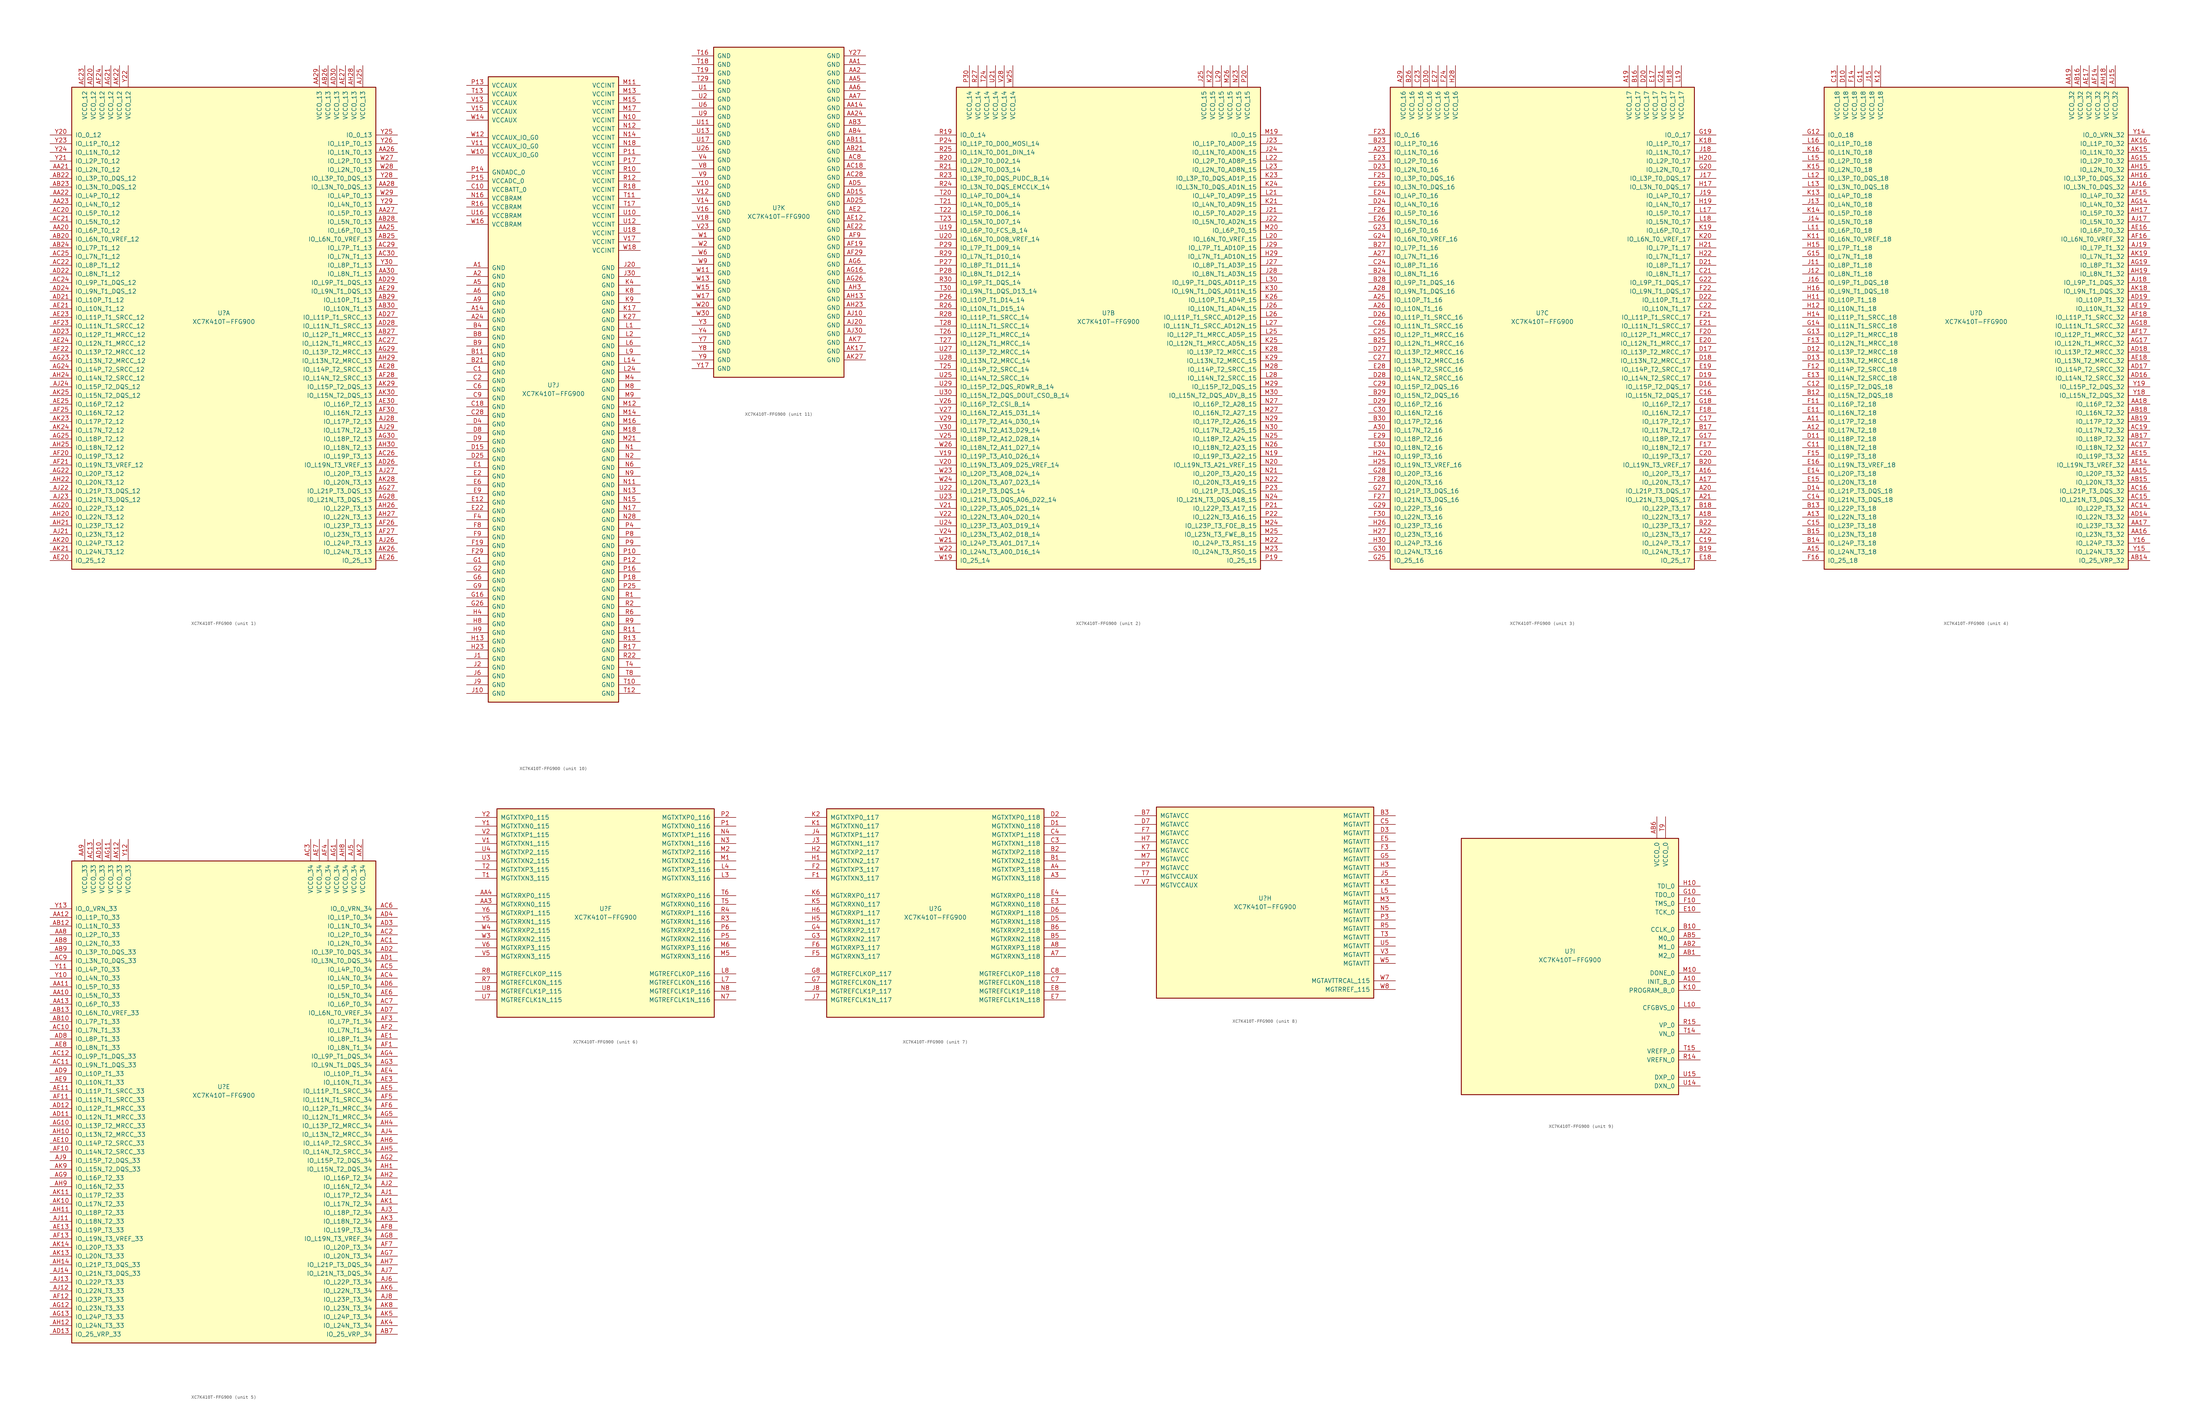
<source format=kicad_sym>
(kicad_symbol_lib
  (version 20201005)
  (generator kicad_symbol_editor)
  (symbol "FPGA_Xilinx_Kintex7:XC7K410T-FFG900"
    (pin_names
      (offset 1.016))
    (property "Reference" "U"
      (at 0 1.27 0)
      (effects (font (size 1.27 1.27))))
    (property "Value" "XC7K410T-FFG900"
      (at 0 -1.27 0)
      (effects (font (size 1.27 1.27))))
    (property "Datasheet" ""
      (at 0 0 0)
      (effects (font (size 1.27 1.27))))
    (property "ki_locked" ""
      (at 0 0 0)
      (effects (font (size 1.27 1.27))))
    (symbol "XC7K410T-FFG900_1_1"
      (rectangle (start -44.45 67.31) (end 44.45 -73.66) (stroke (width 0.254)) (fill (type background)))
      (pin power_in line (at -40.64 73.66 270) (length 6.35) (name "VCCO_12" (effects (font (size 1.27 1.27)))) (number "AC23" (effects (font (size 1.27 1.27)))))
      (pin power_in line (at -38.1 73.66 270) (length 6.35) (name "VCCO_12" (effects (font (size 1.27 1.27)))) (number "AD20" (effects (font (size 1.27 1.27)))))
      (pin power_in line (at -35.56 73.66 270) (length 6.35) (name "VCCO_12" (effects (font (size 1.27 1.27)))) (number "AF24" (effects (font (size 1.27 1.27)))))
      (pin power_in line (at -33.02 73.66 270) (length 6.35) (name "VCCO_12" (effects (font (size 1.27 1.27)))) (number "AG21" (effects (font (size 1.27 1.27)))))
      (pin power_in line (at -30.48 73.66 270) (length 6.35) (name "VCCO_12" (effects (font (size 1.27 1.27)))) (number "AK22" (effects (font (size 1.27 1.27)))))
      (pin power_in line (at -27.94 73.66 270) (length 6.35) (name "VCCO_12" (effects (font (size 1.27 1.27)))) (number "Y22" (effects (font (size 1.27 1.27)))))
      (pin bidirectional line (at -50.8 53.34 0) (length 6.35) (name "IO_0_12" (effects (font (size 1.27 1.27)))) (number "Y20" (effects (font (size 1.27 1.27)))))
      (pin bidirectional line (at -50.8 50.8 0) (length 6.35) (name "IO_L1P_T0_12" (effects (font (size 1.27 1.27)))) (number "Y23" (effects (font (size 1.27 1.27)))))
      (pin bidirectional line (at -50.8 48.26 0) (length 6.35) (name "IO_L1N_T0_12" (effects (font (size 1.27 1.27)))) (number "Y24" (effects (font (size 1.27 1.27)))))
      (pin bidirectional line (at -50.8 45.72 0) (length 6.35) (name "IO_L2P_T0_12" (effects (font (size 1.27 1.27)))) (number "Y21" (effects (font (size 1.27 1.27)))))
      (pin bidirectional line (at -50.8 43.18 0) (length 6.35) (name "IO_L2N_T0_12" (effects (font (size 1.27 1.27)))) (number "AA21" (effects (font (size 1.27 1.27)))))
      (pin bidirectional line (at -50.8 40.64 0) (length 6.35) (name "IO_L3P_T0_DQS_12" (effects (font (size 1.27 1.27)))) (number "AB22" (effects (font (size 1.27 1.27)))))
      (pin bidirectional line (at -50.8 38.1 0) (length 6.35) (name "IO_L3N_T0_DQS_12" (effects (font (size 1.27 1.27)))) (number "AB23" (effects (font (size 1.27 1.27)))))
      (pin bidirectional line (at -50.8 35.56 0) (length 6.35) (name "IO_L4P_T0_12" (effects (font (size 1.27 1.27)))) (number "AA22" (effects (font (size 1.27 1.27)))))
      (pin bidirectional line (at -50.8 33.02 0) (length 6.35) (name "IO_L4N_T0_12" (effects (font (size 1.27 1.27)))) (number "AA23" (effects (font (size 1.27 1.27)))))
      (pin bidirectional line (at -50.8 30.48 0) (length 6.35) (name "IO_L5P_T0_12" (effects (font (size 1.27 1.27)))) (number "AC20" (effects (font (size 1.27 1.27)))))
      (pin bidirectional line (at -50.8 27.94 0) (length 6.35) (name "IO_L5N_T0_12" (effects (font (size 1.27 1.27)))) (number "AC21" (effects (font (size 1.27 1.27)))))
      (pin bidirectional line (at -50.8 25.4 0) (length 6.35) (name "IO_L6P_T0_12" (effects (font (size 1.27 1.27)))) (number "AA20" (effects (font (size 1.27 1.27)))))
      (pin bidirectional line (at -50.8 22.86 0) (length 6.35) (name "IO_L6N_T0_VREF_12" (effects (font (size 1.27 1.27)))) (number "AB20" (effects (font (size 1.27 1.27)))))
      (pin bidirectional line (at -50.8 20.32 0) (length 6.35) (name "IO_L7P_T1_12" (effects (font (size 1.27 1.27)))) (number "AB24" (effects (font (size 1.27 1.27)))))
      (pin bidirectional line (at -50.8 17.78 0) (length 6.35) (name "IO_L7N_T1_12" (effects (font (size 1.27 1.27)))) (number "AC25" (effects (font (size 1.27 1.27)))))
      (pin bidirectional line (at -50.8 15.24 0) (length 6.35) (name "IO_L8P_T1_12" (effects (font (size 1.27 1.27)))) (number "AC22" (effects (font (size 1.27 1.27)))))
      (pin bidirectional line (at -50.8 12.7 0) (length 6.35) (name "IO_L8N_T1_12" (effects (font (size 1.27 1.27)))) (number "AD22" (effects (font (size 1.27 1.27)))))
      (pin bidirectional line (at -50.8 10.16 0) (length 6.35) (name "IO_L9P_T1_DQS_12" (effects (font (size 1.27 1.27)))) (number "AC24" (effects (font (size 1.27 1.27)))))
      (pin bidirectional line (at -50.8 7.62 0) (length 6.35) (name "IO_L9N_T1_DQS_12" (effects (font (size 1.27 1.27)))) (number "AD24" (effects (font (size 1.27 1.27)))))
      (pin bidirectional line (at -50.8 5.08 0) (length 6.35) (name "IO_L10P_T1_12" (effects (font (size 1.27 1.27)))) (number "AD21" (effects (font (size 1.27 1.27)))))
      (pin bidirectional line (at -50.8 2.54 0) (length 6.35) (name "IO_L10N_T1_12" (effects (font (size 1.27 1.27)))) (number "AE21" (effects (font (size 1.27 1.27)))))
      (pin bidirectional line (at -50.8 0 0) (length 6.35) (name "IO_L11P_T1_SRCC_12" (effects (font (size 1.27 1.27)))) (number "AE23" (effects (font (size 1.27 1.27)))))
      (pin bidirectional line (at -50.8 -2.54 0) (length 6.35) (name "IO_L11N_T1_SRCC_12" (effects (font (size 1.27 1.27)))) (number "AF23" (effects (font (size 1.27 1.27)))))
      (pin bidirectional line (at -50.8 -5.08 0) (length 6.35) (name "IO_L12P_T1_MRCC_12" (effects (font (size 1.27 1.27)))) (number "AD23" (effects (font (size 1.27 1.27)))))
      (pin bidirectional line (at -50.8 -7.62 0) (length 6.35) (name "IO_L12N_T1_MRCC_12" (effects (font (size 1.27 1.27)))) (number "AE24" (effects (font (size 1.27 1.27)))))
      (pin bidirectional line (at -50.8 -10.16 0) (length 6.35) (name "IO_L13P_T2_MRCC_12" (effects (font (size 1.27 1.27)))) (number "AF22" (effects (font (size 1.27 1.27)))))
      (pin bidirectional line (at -50.8 -12.7 0) (length 6.35) (name "IO_L13N_T2_MRCC_12" (effects (font (size 1.27 1.27)))) (number "AG23" (effects (font (size 1.27 1.27)))))
      (pin bidirectional line (at -50.8 -15.24 0) (length 6.35) (name "IO_L14P_T2_SRCC_12" (effects (font (size 1.27 1.27)))) (number "AG24" (effects (font (size 1.27 1.27)))))
      (pin bidirectional line (at -50.8 -17.78 0) (length 6.35) (name "IO_L14N_T2_SRCC_12" (effects (font (size 1.27 1.27)))) (number "AH24" (effects (font (size 1.27 1.27)))))
      (pin bidirectional line (at -50.8 -20.32 0) (length 6.35) (name "IO_L15P_T2_DQS_12" (effects (font (size 1.27 1.27)))) (number "AJ24" (effects (font (size 1.27 1.27)))))
      (pin bidirectional line (at -50.8 -22.86 0) (length 6.35) (name "IO_L15N_T2_DQS_12" (effects (font (size 1.27 1.27)))) (number "AK25" (effects (font (size 1.27 1.27)))))
      (pin bidirectional line (at -50.8 -25.4 0) (length 6.35) (name "IO_L16P_T2_12" (effects (font (size 1.27 1.27)))) (number "AE25" (effects (font (size 1.27 1.27)))))
      (pin bidirectional line (at -50.8 -27.94 0) (length 6.35) (name "IO_L16N_T2_12" (effects (font (size 1.27 1.27)))) (number "AF25" (effects (font (size 1.27 1.27)))))
      (pin bidirectional line (at -50.8 -30.48 0) (length 6.35) (name "IO_L17P_T2_12" (effects (font (size 1.27 1.27)))) (number "AK23" (effects (font (size 1.27 1.27)))))
      (pin bidirectional line (at -50.8 -33.02 0) (length 6.35) (name "IO_L17N_T2_12" (effects (font (size 1.27 1.27)))) (number "AK24" (effects (font (size 1.27 1.27)))))
      (pin bidirectional line (at -50.8 -35.56 0) (length 6.35) (name "IO_L18P_T2_12" (effects (font (size 1.27 1.27)))) (number "AG25" (effects (font (size 1.27 1.27)))))
      (pin bidirectional line (at -50.8 -38.1 0) (length 6.35) (name "IO_L18N_T2_12" (effects (font (size 1.27 1.27)))) (number "AH25" (effects (font (size 1.27 1.27)))))
      (pin bidirectional line (at -50.8 -40.64 0) (length 6.35) (name "IO_L19P_T3_12" (effects (font (size 1.27 1.27)))) (number "AF20" (effects (font (size 1.27 1.27)))))
      (pin bidirectional line (at -50.8 -43.18 0) (length 6.35) (name "IO_L19N_T3_VREF_12" (effects (font (size 1.27 1.27)))) (number "AF21" (effects (font (size 1.27 1.27)))))
      (pin bidirectional line (at -50.8 -45.72 0) (length 6.35) (name "IO_L20P_T3_12" (effects (font (size 1.27 1.27)))) (number "AG22" (effects (font (size 1.27 1.27)))))
      (pin bidirectional line (at -50.8 -48.26 0) (length 6.35) (name "IO_L20N_T3_12" (effects (font (size 1.27 1.27)))) (number "AH22" (effects (font (size 1.27 1.27)))))
      (pin bidirectional line (at -50.8 -50.8 0) (length 6.35) (name "IO_L21P_T3_DQS_12" (effects (font (size 1.27 1.27)))) (number "AJ22" (effects (font (size 1.27 1.27)))))
      (pin bidirectional line (at -50.8 -53.34 0) (length 6.35) (name "IO_L21N_T3_DQS_12" (effects (font (size 1.27 1.27)))) (number "AJ23" (effects (font (size 1.27 1.27)))))
      (pin bidirectional line (at -50.8 -55.88 0) (length 6.35) (name "IO_L22P_T3_12" (effects (font (size 1.27 1.27)))) (number "AG20" (effects (font (size 1.27 1.27)))))
      (pin bidirectional line (at -50.8 -58.42 0) (length 6.35) (name "IO_L22N_T3_12" (effects (font (size 1.27 1.27)))) (number "AH20" (effects (font (size 1.27 1.27)))))
      (pin bidirectional line (at -50.8 -60.96 0) (length 6.35) (name "IO_L23P_T3_12" (effects (font (size 1.27 1.27)))) (number "AH21" (effects (font (size 1.27 1.27)))))
      (pin bidirectional line (at -50.8 -63.5 0) (length 6.35) (name "IO_L23N_T3_12" (effects (font (size 1.27 1.27)))) (number "AJ21" (effects (font (size 1.27 1.27)))))
      (pin bidirectional line (at -50.8 -66.04 0) (length 6.35) (name "IO_L24P_T3_12" (effects (font (size 1.27 1.27)))) (number "AK20" (effects (font (size 1.27 1.27)))))
      (pin bidirectional line (at -50.8 -68.58 0) (length 6.35) (name "IO_L24N_T3_12" (effects (font (size 1.27 1.27)))) (number "AK21" (effects (font (size 1.27 1.27)))))
      (pin bidirectional line (at -50.8 -71.12 0) (length 6.35) (name "IO_25_12" (effects (font (size 1.27 1.27)))) (number "AE20" (effects (font (size 1.27 1.27)))))
      (pin power_in line (at 27.94 73.66 270) (length 6.35) (name "VCCO_13" (effects (font (size 1.27 1.27)))) (number "AA29" (effects (font (size 1.27 1.27)))))
      (pin power_in line (at 30.48 73.66 270) (length 6.35) (name "VCCO_13" (effects (font (size 1.27 1.27)))) (number "AB26" (effects (font (size 1.27 1.27)))))
      (pin power_in line (at 33.02 73.66 270) (length 6.35) (name "VCCO_13" (effects (font (size 1.27 1.27)))) (number "AD30" (effects (font (size 1.27 1.27)))))
      (pin power_in line (at 35.56 73.66 270) (length 6.35) (name "VCCO_13" (effects (font (size 1.27 1.27)))) (number "AE27" (effects (font (size 1.27 1.27)))))
      (pin power_in line (at 38.1 73.66 270) (length 6.35) (name "VCCO_13" (effects (font (size 1.27 1.27)))) (number "AH28" (effects (font (size 1.27 1.27)))))
      (pin power_in line (at 40.64 73.66 270) (length 6.35) (name "VCCO_13" (effects (font (size 1.27 1.27)))) (number "AJ25" (effects (font (size 1.27 1.27)))))
      (pin bidirectional line (at 50.8 53.34 180) (length 6.35) (name "IO_0_13" (effects (font (size 1.27 1.27)))) (number "Y25" (effects (font (size 1.27 1.27)))))
      (pin bidirectional line (at 50.8 50.8 180) (length 6.35) (name "IO_L1P_T0_13" (effects (font (size 1.27 1.27)))) (number "Y26" (effects (font (size 1.27 1.27)))))
      (pin bidirectional line (at 50.8 48.26 180) (length 6.35) (name "IO_L1N_T0_13" (effects (font (size 1.27 1.27)))) (number "AA26" (effects (font (size 1.27 1.27)))))
      (pin bidirectional line (at 50.8 45.72 180) (length 6.35) (name "IO_L2P_T0_13" (effects (font (size 1.27 1.27)))) (number "W27" (effects (font (size 1.27 1.27)))))
      (pin bidirectional line (at 50.8 43.18 180) (length 6.35) (name "IO_L2N_T0_13" (effects (font (size 1.27 1.27)))) (number "W28" (effects (font (size 1.27 1.27)))))
      (pin bidirectional line (at 50.8 40.64 180) (length 6.35) (name "IO_L3P_T0_DQS_13" (effects (font (size 1.27 1.27)))) (number "Y28" (effects (font (size 1.27 1.27)))))
      (pin bidirectional line (at 50.8 38.1 180) (length 6.35) (name "IO_L3N_T0_DQS_13" (effects (font (size 1.27 1.27)))) (number "AA28" (effects (font (size 1.27 1.27)))))
      (pin bidirectional line (at 50.8 35.56 180) (length 6.35) (name "IO_L4P_T0_13" (effects (font (size 1.27 1.27)))) (number "W29" (effects (font (size 1.27 1.27)))))
      (pin bidirectional line (at 50.8 33.02 180) (length 6.35) (name "IO_L4N_T0_13" (effects (font (size 1.27 1.27)))) (number "Y29" (effects (font (size 1.27 1.27)))))
      (pin bidirectional line (at 50.8 30.48 180) (length 6.35) (name "IO_L5P_T0_13" (effects (font (size 1.27 1.27)))) (number "AA27" (effects (font (size 1.27 1.27)))))
      (pin bidirectional line (at 50.8 27.94 180) (length 6.35) (name "IO_L5N_T0_13" (effects (font (size 1.27 1.27)))) (number "AB28" (effects (font (size 1.27 1.27)))))
      (pin bidirectional line (at 50.8 25.4 180) (length 6.35) (name "IO_L6P_T0_13" (effects (font (size 1.27 1.27)))) (number "AA25" (effects (font (size 1.27 1.27)))))
      (pin bidirectional line (at 50.8 22.86 180) (length 6.35) (name "IO_L6N_T0_VREF_13" (effects (font (size 1.27 1.27)))) (number "AB25" (effects (font (size 1.27 1.27)))))
      (pin bidirectional line (at 50.8 20.32 180) (length 6.35) (name "IO_L7P_T1_13" (effects (font (size 1.27 1.27)))) (number "AC29" (effects (font (size 1.27 1.27)))))
      (pin bidirectional line (at 50.8 17.78 180) (length 6.35) (name "IO_L7N_T1_13" (effects (font (size 1.27 1.27)))) (number "AC30" (effects (font (size 1.27 1.27)))))
      (pin bidirectional line (at 50.8 15.24 180) (length 6.35) (name "IO_L8P_T1_13" (effects (font (size 1.27 1.27)))) (number "Y30" (effects (font (size 1.27 1.27)))))
      (pin bidirectional line (at 50.8 12.7 180) (length 6.35) (name "IO_L8N_T1_13" (effects (font (size 1.27 1.27)))) (number "AA30" (effects (font (size 1.27 1.27)))))
      (pin bidirectional line (at 50.8 10.16 180) (length 6.35) (name "IO_L9P_T1_DQS_13" (effects (font (size 1.27 1.27)))) (number "AD29" (effects (font (size 1.27 1.27)))))
      (pin bidirectional line (at 50.8 7.62 180) (length 6.35) (name "IO_L9N_T1_DQS_13" (effects (font (size 1.27 1.27)))) (number "AE29" (effects (font (size 1.27 1.27)))))
      (pin bidirectional line (at 50.8 5.08 180) (length 6.35) (name "IO_L10P_T1_13" (effects (font (size 1.27 1.27)))) (number "AB29" (effects (font (size 1.27 1.27)))))
      (pin bidirectional line (at 50.8 2.54 180) (length 6.35) (name "IO_L10N_T1_13" (effects (font (size 1.27 1.27)))) (number "AB30" (effects (font (size 1.27 1.27)))))
      (pin bidirectional line (at 50.8 0 180) (length 6.35) (name "IO_L11P_T1_SRCC_13" (effects (font (size 1.27 1.27)))) (number "AD27" (effects (font (size 1.27 1.27)))))
      (pin bidirectional line (at 50.8 -2.54 180) (length 6.35) (name "IO_L11N_T1_SRCC_13" (effects (font (size 1.27 1.27)))) (number "AD28" (effects (font (size 1.27 1.27)))))
      (pin bidirectional line (at 50.8 -5.08 180) (length 6.35) (name "IO_L12P_T1_MRCC_13" (effects (font (size 1.27 1.27)))) (number "AB27" (effects (font (size 1.27 1.27)))))
      (pin bidirectional line (at 50.8 -7.62 180) (length 6.35) (name "IO_L12N_T1_MRCC_13" (effects (font (size 1.27 1.27)))) (number "AC27" (effects (font (size 1.27 1.27)))))
      (pin bidirectional line (at 50.8 -10.16 180) (length 6.35) (name "IO_L13P_T2_MRCC_13" (effects (font (size 1.27 1.27)))) (number "AG29" (effects (font (size 1.27 1.27)))))
      (pin bidirectional line (at 50.8 -12.7 180) (length 6.35) (name "IO_L13N_T2_MRCC_13" (effects (font (size 1.27 1.27)))) (number "AH29" (effects (font (size 1.27 1.27)))))
      (pin bidirectional line (at 50.8 -15.24 180) (length 6.35) (name "IO_L14P_T2_SRCC_13" (effects (font (size 1.27 1.27)))) (number "AE28" (effects (font (size 1.27 1.27)))))
      (pin bidirectional line (at 50.8 -17.78 180) (length 6.35) (name "IO_L14N_T2_SRCC_13" (effects (font (size 1.27 1.27)))) (number "AF28" (effects (font (size 1.27 1.27)))))
      (pin bidirectional line (at 50.8 -20.32 180) (length 6.35) (name "IO_L15P_T2_DQS_13" (effects (font (size 1.27 1.27)))) (number "AK29" (effects (font (size 1.27 1.27)))))
      (pin bidirectional line (at 50.8 -22.86 180) (length 6.35) (name "IO_L15N_T2_DQS_13" (effects (font (size 1.27 1.27)))) (number "AK30" (effects (font (size 1.27 1.27)))))
      (pin bidirectional line (at 50.8 -25.4 180) (length 6.35) (name "IO_L16P_T2_13" (effects (font (size 1.27 1.27)))) (number "AE30" (effects (font (size 1.27 1.27)))))
      (pin bidirectional line (at 50.8 -27.94 180) (length 6.35) (name "IO_L16N_T2_13" (effects (font (size 1.27 1.27)))) (number "AF30" (effects (font (size 1.27 1.27)))))
      (pin bidirectional line (at 50.8 -30.48 180) (length 6.35) (name "IO_L17P_T2_13" (effects (font (size 1.27 1.27)))) (number "AJ28" (effects (font (size 1.27 1.27)))))
      (pin bidirectional line (at 50.8 -33.02 180) (length 6.35) (name "IO_L17N_T2_13" (effects (font (size 1.27 1.27)))) (number "AJ29" (effects (font (size 1.27 1.27)))))
      (pin bidirectional line (at 50.8 -35.56 180) (length 6.35) (name "IO_L18P_T2_13" (effects (font (size 1.27 1.27)))) (number "AG30" (effects (font (size 1.27 1.27)))))
      (pin bidirectional line (at 50.8 -38.1 180) (length 6.35) (name "IO_L18N_T2_13" (effects (font (size 1.27 1.27)))) (number "AH30" (effects (font (size 1.27 1.27)))))
      (pin bidirectional line (at 50.8 -40.64 180) (length 6.35) (name "IO_L19P_T3_13" (effects (font (size 1.27 1.27)))) (number "AC26" (effects (font (size 1.27 1.27)))))
      (pin bidirectional line (at 50.8 -43.18 180) (length 6.35) (name "IO_L19N_T3_VREF_13" (effects (font (size 1.27 1.27)))) (number "AD26" (effects (font (size 1.27 1.27)))))
      (pin bidirectional line (at 50.8 -45.72 180) (length 6.35) (name "IO_L20P_T3_13" (effects (font (size 1.27 1.27)))) (number "AJ27" (effects (font (size 1.27 1.27)))))
      (pin bidirectional line (at 50.8 -48.26 180) (length 6.35) (name "IO_L20N_T3_13" (effects (font (size 1.27 1.27)))) (number "AK28" (effects (font (size 1.27 1.27)))))
      (pin bidirectional line (at 50.8 -50.8 180) (length 6.35) (name "IO_L21P_T3_DQS_13" (effects (font (size 1.27 1.27)))) (number "AG27" (effects (font (size 1.27 1.27)))))
      (pin bidirectional line (at 50.8 -53.34 180) (length 6.35) (name "IO_L21N_T3_DQS_13" (effects (font (size 1.27 1.27)))) (number "AG28" (effects (font (size 1.27 1.27)))))
      (pin bidirectional line (at 50.8 -55.88 180) (length 6.35) (name "IO_L22P_T3_13" (effects (font (size 1.27 1.27)))) (number "AH26" (effects (font (size 1.27 1.27)))))
      (pin bidirectional line (at 50.8 -58.42 180) (length 6.35) (name "IO_L22N_T3_13" (effects (font (size 1.27 1.27)))) (number "AH27" (effects (font (size 1.27 1.27)))))
      (pin bidirectional line (at 50.8 -60.96 180) (length 6.35) (name "IO_L23P_T3_13" (effects (font (size 1.27 1.27)))) (number "AF26" (effects (font (size 1.27 1.27)))))
      (pin bidirectional line (at 50.8 -63.5 180) (length 6.35) (name "IO_L23N_T3_13" (effects (font (size 1.27 1.27)))) (number "AF27" (effects (font (size 1.27 1.27)))))
      (pin bidirectional line (at 50.8 -66.04 180) (length 6.35) (name "IO_L24P_T3_13" (effects (font (size 1.27 1.27)))) (number "AJ26" (effects (font (size 1.27 1.27)))))
      (pin bidirectional line (at 50.8 -68.58 180) (length 6.35) (name "IO_L24N_T3_13" (effects (font (size 1.27 1.27)))) (number "AK26" (effects (font (size 1.27 1.27)))))
      (pin bidirectional line (at 50.8 -71.12 180) (length 6.35) (name "IO_25_13" (effects (font (size 1.27 1.27)))) (number "AE26" (effects (font (size 1.27 1.27))))))
    (symbol "XC7K410T-FFG900_2_1"
      (rectangle (start -44.45 67.31) (end 44.45 -73.66) (stroke (width 0.254)) (fill (type background)))
      (pin power_in line (at -40.64 73.66 270) (length 6.35) (name "VCCO_14" (effects (font (size 1.27 1.27)))) (number "P30" (effects (font (size 1.27 1.27)))))
      (pin power_in line (at -38.1 73.66 270) (length 6.35) (name "VCCO_14" (effects (font (size 1.27 1.27)))) (number "R27" (effects (font (size 1.27 1.27)))))
      (pin power_in line (at -35.56 73.66 270) (length 6.35) (name "VCCO_14" (effects (font (size 1.27 1.27)))) (number "T24" (effects (font (size 1.27 1.27)))))
      (pin power_in line (at -33.02 73.66 270) (length 6.35) (name "VCCO_14" (effects (font (size 1.27 1.27)))) (number "U21" (effects (font (size 1.27 1.27)))))
      (pin power_in line (at -30.48 73.66 270) (length 6.35) (name "VCCO_14" (effects (font (size 1.27 1.27)))) (number "V28" (effects (font (size 1.27 1.27)))))
      (pin power_in line (at -27.94 73.66 270) (length 6.35) (name "VCCO_14" (effects (font (size 1.27 1.27)))) (number "W25" (effects (font (size 1.27 1.27)))))
      (pin bidirectional line (at -50.8 53.34 0) (length 6.35) (name "IO_0_14" (effects (font (size 1.27 1.27)))) (number "R19" (effects (font (size 1.27 1.27)))))
      (pin bidirectional line (at -50.8 50.8 0) (length 6.35) (name "IO_L1P_T0_D00_MOSI_14" (effects (font (size 1.27 1.27)))) (number "P24" (effects (font (size 1.27 1.27)))))
      (pin bidirectional line (at -50.8 48.26 0) (length 6.35) (name "IO_L1N_T0_D01_DIN_14" (effects (font (size 1.27 1.27)))) (number "R25" (effects (font (size 1.27 1.27)))))
      (pin bidirectional line (at -50.8 45.72 0) (length 6.35) (name "IO_L2P_T0_D02_14" (effects (font (size 1.27 1.27)))) (number "R20" (effects (font (size 1.27 1.27)))))
      (pin bidirectional line (at -50.8 43.18 0) (length 6.35) (name "IO_L2N_T0_D03_14" (effects (font (size 1.27 1.27)))) (number "R21" (effects (font (size 1.27 1.27)))))
      (pin bidirectional line (at -50.8 40.64 0) (length 6.35) (name "IO_L3P_T0_DQS_PUDC_B_14" (effects (font (size 1.27 1.27)))) (number "R23" (effects (font (size 1.27 1.27)))))
      (pin bidirectional line (at -50.8 38.1 0) (length 6.35) (name "IO_L3N_T0_DQS_EMCCLK_14" (effects (font (size 1.27 1.27)))) (number "R24" (effects (font (size 1.27 1.27)))))
      (pin bidirectional line (at -50.8 35.56 0) (length 6.35) (name "IO_L4P_T0_D04_14" (effects (font (size 1.27 1.27)))) (number "T20" (effects (font (size 1.27 1.27)))))
      (pin bidirectional line (at -50.8 33.02 0) (length 6.35) (name "IO_L4N_T0_D05_14" (effects (font (size 1.27 1.27)))) (number "T21" (effects (font (size 1.27 1.27)))))
      (pin bidirectional line (at -50.8 30.48 0) (length 6.35) (name "IO_L5P_T0_D06_14" (effects (font (size 1.27 1.27)))) (number "T22" (effects (font (size 1.27 1.27)))))
      (pin bidirectional line (at -50.8 27.94 0) (length 6.35) (name "IO_L5N_T0_D07_14" (effects (font (size 1.27 1.27)))) (number "T23" (effects (font (size 1.27 1.27)))))
      (pin bidirectional line (at -50.8 25.4 0) (length 6.35) (name "IO_L6P_T0_FCS_B_14" (effects (font (size 1.27 1.27)))) (number "U19" (effects (font (size 1.27 1.27)))))
      (pin bidirectional line (at -50.8 22.86 0) (length 6.35) (name "IO_L6N_T0_D08_VREF_14" (effects (font (size 1.27 1.27)))) (number "U20" (effects (font (size 1.27 1.27)))))
      (pin bidirectional line (at -50.8 20.32 0) (length 6.35) (name "IO_L7P_T1_D09_14" (effects (font (size 1.27 1.27)))) (number "P29" (effects (font (size 1.27 1.27)))))
      (pin bidirectional line (at -50.8 17.78 0) (length 6.35) (name "IO_L7N_T1_D10_14" (effects (font (size 1.27 1.27)))) (number "R29" (effects (font (size 1.27 1.27)))))
      (pin bidirectional line (at -50.8 15.24 0) (length 6.35) (name "IO_L8P_T1_D11_14" (effects (font (size 1.27 1.27)))) (number "P27" (effects (font (size 1.27 1.27)))))
      (pin bidirectional line (at -50.8 12.7 0) (length 6.35) (name "IO_L8N_T1_D12_14" (effects (font (size 1.27 1.27)))) (number "P28" (effects (font (size 1.27 1.27)))))
      (pin bidirectional line (at -50.8 10.16 0) (length 6.35) (name "IO_L9P_T1_DQS_14" (effects (font (size 1.27 1.27)))) (number "R30" (effects (font (size 1.27 1.27)))))
      (pin bidirectional line (at -50.8 7.62 0) (length 6.35) (name "IO_L9N_T1_DQS_D13_14" (effects (font (size 1.27 1.27)))) (number "T30" (effects (font (size 1.27 1.27)))))
      (pin bidirectional line (at -50.8 5.08 0) (length 6.35) (name "IO_L10P_T1_D14_14" (effects (font (size 1.27 1.27)))) (number "P26" (effects (font (size 1.27 1.27)))))
      (pin bidirectional line (at -50.8 2.54 0) (length 6.35) (name "IO_L10N_T1_D15_14" (effects (font (size 1.27 1.27)))) (number "R26" (effects (font (size 1.27 1.27)))))
      (pin bidirectional line (at -50.8 0 0) (length 6.35) (name "IO_L11P_T1_SRCC_14" (effects (font (size 1.27 1.27)))) (number "R28" (effects (font (size 1.27 1.27)))))
      (pin bidirectional line (at -50.8 -2.54 0) (length 6.35) (name "IO_L11N_T1_SRCC_14" (effects (font (size 1.27 1.27)))) (number "T28" (effects (font (size 1.27 1.27)))))
      (pin bidirectional line (at -50.8 -5.08 0) (length 6.35) (name "IO_L12P_T1_MRCC_14" (effects (font (size 1.27 1.27)))) (number "T26" (effects (font (size 1.27 1.27)))))
      (pin bidirectional line (at -50.8 -7.62 0) (length 6.35) (name "IO_L12N_T1_MRCC_14" (effects (font (size 1.27 1.27)))) (number "T27" (effects (font (size 1.27 1.27)))))
      (pin bidirectional line (at -50.8 -10.16 0) (length 6.35) (name "IO_L13P_T2_MRCC_14" (effects (font (size 1.27 1.27)))) (number "U27" (effects (font (size 1.27 1.27)))))
      (pin bidirectional line (at -50.8 -12.7 0) (length 6.35) (name "IO_L13N_T2_MRCC_14" (effects (font (size 1.27 1.27)))) (number "U28" (effects (font (size 1.27 1.27)))))
      (pin bidirectional line (at -50.8 -15.24 0) (length 6.35) (name "IO_L14P_T2_SRCC_14" (effects (font (size 1.27 1.27)))) (number "T25" (effects (font (size 1.27 1.27)))))
      (pin bidirectional line (at -50.8 -17.78 0) (length 6.35) (name "IO_L14N_T2_SRCC_14" (effects (font (size 1.27 1.27)))) (number "U25" (effects (font (size 1.27 1.27)))))
      (pin bidirectional line (at -50.8 -20.32 0) (length 6.35) (name "IO_L15P_T2_DQS_RDWR_B_14" (effects (font (size 1.27 1.27)))) (number "U29" (effects (font (size 1.27 1.27)))))
      (pin bidirectional line (at -50.8 -22.86 0) (length 6.35) (name "IO_L15N_T2_DQS_DOUT_CSO_B_14" (effects (font (size 1.27 1.27)))) (number "U30" (effects (font (size 1.27 1.27)))))
      (pin bidirectional line (at -50.8 -25.4 0) (length 6.35) (name "IO_L16P_T2_CSI_B_14" (effects (font (size 1.27 1.27)))) (number "V26" (effects (font (size 1.27 1.27)))))
      (pin bidirectional line (at -50.8 -27.94 0) (length 6.35) (name "IO_L16N_T2_A15_D31_14" (effects (font (size 1.27 1.27)))) (number "V27" (effects (font (size 1.27 1.27)))))
      (pin bidirectional line (at -50.8 -30.48 0) (length 6.35) (name "IO_L17P_T2_A14_D30_14" (effects (font (size 1.27 1.27)))) (number "V29" (effects (font (size 1.27 1.27)))))
      (pin bidirectional line (at -50.8 -33.02 0) (length 6.35) (name "IO_L17N_T2_A13_D29_14" (effects (font (size 1.27 1.27)))) (number "V30" (effects (font (size 1.27 1.27)))))
      (pin bidirectional line (at -50.8 -35.56 0) (length 6.35) (name "IO_L18P_T2_A12_D28_14" (effects (font (size 1.27 1.27)))) (number "V25" (effects (font (size 1.27 1.27)))))
      (pin bidirectional line (at -50.8 -38.1 0) (length 6.35) (name "IO_L18N_T2_A11_D27_14" (effects (font (size 1.27 1.27)))) (number "W26" (effects (font (size 1.27 1.27)))))
      (pin bidirectional line (at -50.8 -40.64 0) (length 6.35) (name "IO_L19P_T3_A10_D26_14" (effects (font (size 1.27 1.27)))) (number "V19" (effects (font (size 1.27 1.27)))))
      (pin bidirectional line (at -50.8 -43.18 0) (length 6.35) (name "IO_L19N_T3_A09_D25_VREF_14" (effects (font (size 1.27 1.27)))) (number "V20" (effects (font (size 1.27 1.27)))))
      (pin bidirectional line (at -50.8 -45.72 0) (length 6.35) (name "IO_L20P_T3_A08_D24_14" (effects (font (size 1.27 1.27)))) (number "W23" (effects (font (size 1.27 1.27)))))
      (pin bidirectional line (at -50.8 -48.26 0) (length 6.35) (name "IO_L20N_T3_A07_D23_14" (effects (font (size 1.27 1.27)))) (number "W24" (effects (font (size 1.27 1.27)))))
      (pin bidirectional line (at -50.8 -50.8 0) (length 6.35) (name "IO_L21P_T3_DQS_14" (effects (font (size 1.27 1.27)))) (number "U22" (effects (font (size 1.27 1.27)))))
      (pin bidirectional line (at -50.8 -53.34 0) (length 6.35) (name "IO_L21N_T3_DQS_A06_D22_14" (effects (font (size 1.27 1.27)))) (number "U23" (effects (font (size 1.27 1.27)))))
      (pin bidirectional line (at -50.8 -55.88 0) (length 6.35) (name "IO_L22P_T3_A05_D21_14" (effects (font (size 1.27 1.27)))) (number "V21" (effects (font (size 1.27 1.27)))))
      (pin bidirectional line (at -50.8 -58.42 0) (length 6.35) (name "IO_L22N_T3_A04_D20_14" (effects (font (size 1.27 1.27)))) (number "V22" (effects (font (size 1.27 1.27)))))
      (pin bidirectional line (at -50.8 -60.96 0) (length 6.35) (name "IO_L23P_T3_A03_D19_14" (effects (font (size 1.27 1.27)))) (number "U24" (effects (font (size 1.27 1.27)))))
      (pin bidirectional line (at -50.8 -63.5 0) (length 6.35) (name "IO_L23N_T3_A02_D18_14" (effects (font (size 1.27 1.27)))) (number "V24" (effects (font (size 1.27 1.27)))))
      (pin bidirectional line (at -50.8 -66.04 0) (length 6.35) (name "IO_L24P_T3_A01_D17_14" (effects (font (size 1.27 1.27)))) (number "W21" (effects (font (size 1.27 1.27)))))
      (pin bidirectional line (at -50.8 -68.58 0) (length 6.35) (name "IO_L24N_T3_A00_D16_14" (effects (font (size 1.27 1.27)))) (number "W22" (effects (font (size 1.27 1.27)))))
      (pin bidirectional line (at -50.8 -71.12 0) (length 6.35) (name "IO_25_14" (effects (font (size 1.27 1.27)))) (number "W19" (effects (font (size 1.27 1.27)))))
      (pin power_in line (at 27.94 73.66 270) (length 6.35) (name "VCCO_15" (effects (font (size 1.27 1.27)))) (number "J25" (effects (font (size 1.27 1.27)))))
      (pin power_in line (at 30.48 73.66 270) (length 6.35) (name "VCCO_15" (effects (font (size 1.27 1.27)))) (number "K22" (effects (font (size 1.27 1.27)))))
      (pin power_in line (at 33.02 73.66 270) (length 6.35) (name "VCCO_15" (effects (font (size 1.27 1.27)))) (number "L29" (effects (font (size 1.27 1.27)))))
      (pin power_in line (at 35.56 73.66 270) (length 6.35) (name "VCCO_15" (effects (font (size 1.27 1.27)))) (number "M26" (effects (font (size 1.27 1.27)))))
      (pin power_in line (at 38.1 73.66 270) (length 6.35) (name "VCCO_15" (effects (font (size 1.27 1.27)))) (number "N23" (effects (font (size 1.27 1.27)))))
      (pin power_in line (at 40.64 73.66 270) (length 6.35) (name "VCCO_15" (effects (font (size 1.27 1.27)))) (number "P20" (effects (font (size 1.27 1.27)))))
      (pin bidirectional line (at 50.8 53.34 180) (length 6.35) (name "IO_0_15" (effects (font (size 1.27 1.27)))) (number "M19" (effects (font (size 1.27 1.27)))))
      (pin bidirectional line (at 50.8 50.8 180) (length 6.35) (name "IO_L1P_T0_AD0P_15" (effects (font (size 1.27 1.27)))) (number "J23" (effects (font (size 1.27 1.27)))))
      (pin bidirectional line (at 50.8 48.26 180) (length 6.35) (name "IO_L1N_T0_AD0N_15" (effects (font (size 1.27 1.27)))) (number "J24" (effects (font (size 1.27 1.27)))))
      (pin bidirectional line (at 50.8 45.72 180) (length 6.35) (name "IO_L2P_T0_AD8P_15" (effects (font (size 1.27 1.27)))) (number "L22" (effects (font (size 1.27 1.27)))))
      (pin bidirectional line (at 50.8 43.18 180) (length 6.35) (name "IO_L2N_T0_AD8N_15" (effects (font (size 1.27 1.27)))) (number "L23" (effects (font (size 1.27 1.27)))))
      (pin bidirectional line (at 50.8 40.64 180) (length 6.35) (name "IO_L3P_T0_DQS_AD1P_15" (effects (font (size 1.27 1.27)))) (number "K23" (effects (font (size 1.27 1.27)))))
      (pin bidirectional line (at 50.8 38.1 180) (length 6.35) (name "IO_L3N_T0_DQS_AD1N_15" (effects (font (size 1.27 1.27)))) (number "K24" (effects (font (size 1.27 1.27)))))
      (pin bidirectional line (at 50.8 35.56 180) (length 6.35) (name "IO_L4P_T0_AD9P_15" (effects (font (size 1.27 1.27)))) (number "L21" (effects (font (size 1.27 1.27)))))
      (pin bidirectional line (at 50.8 33.02 180) (length 6.35) (name "IO_L4N_T0_AD9N_15" (effects (font (size 1.27 1.27)))) (number "K21" (effects (font (size 1.27 1.27)))))
      (pin bidirectional line (at 50.8 30.48 180) (length 6.35) (name "IO_L5P_T0_AD2P_15" (effects (font (size 1.27 1.27)))) (number "J21" (effects (font (size 1.27 1.27)))))
      (pin bidirectional line (at 50.8 27.94 180) (length 6.35) (name "IO_L5N_T0_AD2N_15" (effects (font (size 1.27 1.27)))) (number "J22" (effects (font (size 1.27 1.27)))))
      (pin bidirectional line (at 50.8 25.4 180) (length 6.35) (name "IO_L6P_T0_15" (effects (font (size 1.27 1.27)))) (number "M20" (effects (font (size 1.27 1.27)))))
      (pin bidirectional line (at 50.8 22.86 180) (length 6.35) (name "IO_L6N_T0_VREF_15" (effects (font (size 1.27 1.27)))) (number "L20" (effects (font (size 1.27 1.27)))))
      (pin bidirectional line (at 50.8 20.32 180) (length 6.35) (name "IO_L7P_T1_AD10P_15" (effects (font (size 1.27 1.27)))) (number "J29" (effects (font (size 1.27 1.27)))))
      (pin bidirectional line (at 50.8 17.78 180) (length 6.35) (name "IO_L7N_T1_AD10N_15" (effects (font (size 1.27 1.27)))) (number "H29" (effects (font (size 1.27 1.27)))))
      (pin bidirectional line (at 50.8 15.24 180) (length 6.35) (name "IO_L8P_T1_AD3P_15" (effects (font (size 1.27 1.27)))) (number "J27" (effects (font (size 1.27 1.27)))))
      (pin bidirectional line (at 50.8 12.7 180) (length 6.35) (name "IO_L8N_T1_AD3N_15" (effects (font (size 1.27 1.27)))) (number "J28" (effects (font (size 1.27 1.27)))))
      (pin bidirectional line (at 50.8 10.16 180) (length 6.35) (name "IO_L9P_T1_DQS_AD11P_15" (effects (font (size 1.27 1.27)))) (number "L30" (effects (font (size 1.27 1.27)))))
      (pin bidirectional line (at 50.8 7.62 180) (length 6.35) (name "IO_L9N_T1_DQS_AD11N_15" (effects (font (size 1.27 1.27)))) (number "K30" (effects (font (size 1.27 1.27)))))
      (pin bidirectional line (at 50.8 5.08 180) (length 6.35) (name "IO_L10P_T1_AD4P_15" (effects (font (size 1.27 1.27)))) (number "K26" (effects (font (size 1.27 1.27)))))
      (pin bidirectional line (at 50.8 2.54 180) (length 6.35) (name "IO_L10N_T1_AD4N_15" (effects (font (size 1.27 1.27)))) (number "J26" (effects (font (size 1.27 1.27)))))
      (pin bidirectional line (at 50.8 0 180) (length 6.35) (name "IO_L11P_T1_SRCC_AD12P_15" (effects (font (size 1.27 1.27)))) (number "L26" (effects (font (size 1.27 1.27)))))
      (pin bidirectional line (at 50.8 -2.54 180) (length 6.35) (name "IO_L11N_T1_SRCC_AD12N_15" (effects (font (size 1.27 1.27)))) (number "L27" (effects (font (size 1.27 1.27)))))
      (pin bidirectional line (at 50.8 -5.08 180) (length 6.35) (name "IO_L12P_T1_MRCC_AD5P_15" (effects (font (size 1.27 1.27)))) (number "L25" (effects (font (size 1.27 1.27)))))
      (pin bidirectional line (at 50.8 -7.62 180) (length 6.35) (name "IO_L12N_T1_MRCC_AD5N_15" (effects (font (size 1.27 1.27)))) (number "K25" (effects (font (size 1.27 1.27)))))
      (pin bidirectional line (at 50.8 -10.16 180) (length 6.35) (name "IO_L13P_T2_MRCC_15" (effects (font (size 1.27 1.27)))) (number "K28" (effects (font (size 1.27 1.27)))))
      (pin bidirectional line (at 50.8 -12.7 180) (length 6.35) (name "IO_L13N_T2_MRCC_15" (effects (font (size 1.27 1.27)))) (number "K29" (effects (font (size 1.27 1.27)))))
      (pin bidirectional line (at 50.8 -15.24 180) (length 6.35) (name "IO_L14P_T2_SRCC_15" (effects (font (size 1.27 1.27)))) (number "M28" (effects (font (size 1.27 1.27)))))
      (pin bidirectional line (at 50.8 -17.78 180) (length 6.35) (name "IO_L14N_T2_SRCC_15" (effects (font (size 1.27 1.27)))) (number "L28" (effects (font (size 1.27 1.27)))))
      (pin bidirectional line (at 50.8 -20.32 180) (length 6.35) (name "IO_L15P_T2_DQS_15" (effects (font (size 1.27 1.27)))) (number "M29" (effects (font (size 1.27 1.27)))))
      (pin bidirectional line (at 50.8 -22.86 180) (length 6.35) (name "IO_L15N_T2_DQS_ADV_B_15" (effects (font (size 1.27 1.27)))) (number "M30" (effects (font (size 1.27 1.27)))))
      (pin bidirectional line (at 50.8 -25.4 180) (length 6.35) (name "IO_L16P_T2_A28_15" (effects (font (size 1.27 1.27)))) (number "N27" (effects (font (size 1.27 1.27)))))
      (pin bidirectional line (at 50.8 -27.94 180) (length 6.35) (name "IO_L16N_T2_A27_15" (effects (font (size 1.27 1.27)))) (number "M27" (effects (font (size 1.27 1.27)))))
      (pin bidirectional line (at 50.8 -30.48 180) (length 6.35) (name "IO_L17P_T2_A26_15" (effects (font (size 1.27 1.27)))) (number "N29" (effects (font (size 1.27 1.27)))))
      (pin bidirectional line (at 50.8 -33.02 180) (length 6.35) (name "IO_L17N_T2_A25_15" (effects (font (size 1.27 1.27)))) (number "N30" (effects (font (size 1.27 1.27)))))
      (pin bidirectional line (at 50.8 -35.56 180) (length 6.35) (name "IO_L18P_T2_A24_15" (effects (font (size 1.27 1.27)))) (number "N25" (effects (font (size 1.27 1.27)))))
      (pin bidirectional line (at 50.8 -38.1 180) (length 6.35) (name "IO_L18N_T2_A23_15" (effects (font (size 1.27 1.27)))) (number "N26" (effects (font (size 1.27 1.27)))))
      (pin bidirectional line (at 50.8 -40.64 180) (length 6.35) (name "IO_L19P_T3_A22_15" (effects (font (size 1.27 1.27)))) (number "N19" (effects (font (size 1.27 1.27)))))
      (pin bidirectional line (at 50.8 -43.18 180) (length 6.35) (name "IO_L19N_T3_A21_VREF_15" (effects (font (size 1.27 1.27)))) (number "N20" (effects (font (size 1.27 1.27)))))
      (pin bidirectional line (at 50.8 -45.72 180) (length 6.35) (name "IO_L20P_T3_A20_15" (effects (font (size 1.27 1.27)))) (number "N21" (effects (font (size 1.27 1.27)))))
      (pin bidirectional line (at 50.8 -48.26 180) (length 6.35) (name "IO_L20N_T3_A19_15" (effects (font (size 1.27 1.27)))) (number "N22" (effects (font (size 1.27 1.27)))))
      (pin bidirectional line (at 50.8 -50.8 180) (length 6.35) (name "IO_L21P_T3_DQS_15" (effects (font (size 1.27 1.27)))) (number "P23" (effects (font (size 1.27 1.27)))))
      (pin bidirectional line (at 50.8 -53.34 180) (length 6.35) (name "IO_L21N_T3_DQS_A18_15" (effects (font (size 1.27 1.27)))) (number "N24" (effects (font (size 1.27 1.27)))))
      (pin bidirectional line (at 50.8 -55.88 180) (length 6.35) (name "IO_L22P_T3_A17_15" (effects (font (size 1.27 1.27)))) (number "P21" (effects (font (size 1.27 1.27)))))
      (pin bidirectional line (at 50.8 -58.42 180) (length 6.35) (name "IO_L22N_T3_A16_15" (effects (font (size 1.27 1.27)))) (number "P22" (effects (font (size 1.27 1.27)))))
      (pin bidirectional line (at 50.8 -60.96 180) (length 6.35) (name "IO_L23P_T3_FOE_B_15" (effects (font (size 1.27 1.27)))) (number "M24" (effects (font (size 1.27 1.27)))))
      (pin bidirectional line (at 50.8 -63.5 180) (length 6.35) (name "IO_L23N_T3_FWE_B_15" (effects (font (size 1.27 1.27)))) (number "M25" (effects (font (size 1.27 1.27)))))
      (pin bidirectional line (at 50.8 -66.04 180) (length 6.35) (name "IO_L24P_T3_RS1_15" (effects (font (size 1.27 1.27)))) (number "M22" (effects (font (size 1.27 1.27)))))
      (pin bidirectional line (at 50.8 -68.58 180) (length 6.35) (name "IO_L24N_T3_RS0_15" (effects (font (size 1.27 1.27)))) (number "M23" (effects (font (size 1.27 1.27)))))
      (pin bidirectional line (at 50.8 -71.12 180) (length 6.35) (name "IO_25_15" (effects (font (size 1.27 1.27)))) (number "P19" (effects (font (size 1.27 1.27))))))
    (symbol "XC7K410T-FFG900_3_1"
      (rectangle (start -44.45 67.31) (end 44.45 -73.66) (stroke (width 0.254)) (fill (type background)))
      (pin power_in line (at -40.64 73.66 270) (length 6.35) (name "VCCO_16" (effects (font (size 1.27 1.27)))) (number "A29" (effects (font (size 1.27 1.27)))))
      (pin power_in line (at -38.1 73.66 270) (length 6.35) (name "VCCO_16" (effects (font (size 1.27 1.27)))) (number "B26" (effects (font (size 1.27 1.27)))))
      (pin power_in line (at -35.56 73.66 270) (length 6.35) (name "VCCO_16" (effects (font (size 1.27 1.27)))) (number "C23" (effects (font (size 1.27 1.27)))))
      (pin power_in line (at -33.02 73.66 270) (length 6.35) (name "VCCO_16" (effects (font (size 1.27 1.27)))) (number "D30" (effects (font (size 1.27 1.27)))))
      (pin power_in line (at -30.48 73.66 270) (length 6.35) (name "VCCO_16" (effects (font (size 1.27 1.27)))) (number "E27" (effects (font (size 1.27 1.27)))))
      (pin power_in line (at -27.94 73.66 270) (length 6.35) (name "VCCO_16" (effects (font (size 1.27 1.27)))) (number "F24" (effects (font (size 1.27 1.27)))))
      (pin power_in line (at -25.4 73.66 270) (length 6.35) (name "VCCO_16" (effects (font (size 1.27 1.27)))) (number "H28" (effects (font (size 1.27 1.27)))))
      (pin bidirectional line (at -50.8 53.34 0) (length 6.35) (name "IO_0_16" (effects (font (size 1.27 1.27)))) (number "F23" (effects (font (size 1.27 1.27)))))
      (pin bidirectional line (at -50.8 50.8 0) (length 6.35) (name "IO_L1P_T0_16" (effects (font (size 1.27 1.27)))) (number "B23" (effects (font (size 1.27 1.27)))))
      (pin bidirectional line (at -50.8 48.26 0) (length 6.35) (name "IO_L1N_T0_16" (effects (font (size 1.27 1.27)))) (number "A23" (effects (font (size 1.27 1.27)))))
      (pin bidirectional line (at -50.8 45.72 0) (length 6.35) (name "IO_L2P_T0_16" (effects (font (size 1.27 1.27)))) (number "E23" (effects (font (size 1.27 1.27)))))
      (pin bidirectional line (at -50.8 43.18 0) (length 6.35) (name "IO_L2N_T0_16" (effects (font (size 1.27 1.27)))) (number "D23" (effects (font (size 1.27 1.27)))))
      (pin bidirectional line (at -50.8 40.64 0) (length 6.35) (name "IO_L3P_T0_DQS_16" (effects (font (size 1.27 1.27)))) (number "F25" (effects (font (size 1.27 1.27)))))
      (pin bidirectional line (at -50.8 38.1 0) (length 6.35) (name "IO_L3N_T0_DQS_16" (effects (font (size 1.27 1.27)))) (number "E25" (effects (font (size 1.27 1.27)))))
      (pin bidirectional line (at -50.8 35.56 0) (length 6.35) (name "IO_L4P_T0_16" (effects (font (size 1.27 1.27)))) (number "E24" (effects (font (size 1.27 1.27)))))
      (pin bidirectional line (at -50.8 33.02 0) (length 6.35) (name "IO_L4N_T0_16" (effects (font (size 1.27 1.27)))) (number "D24" (effects (font (size 1.27 1.27)))))
      (pin bidirectional line (at -50.8 30.48 0) (length 6.35) (name "IO_L5P_T0_16" (effects (font (size 1.27 1.27)))) (number "F26" (effects (font (size 1.27 1.27)))))
      (pin bidirectional line (at -50.8 27.94 0) (length 6.35) (name "IO_L5N_T0_16" (effects (font (size 1.27 1.27)))) (number "E26" (effects (font (size 1.27 1.27)))))
      (pin bidirectional line (at -50.8 25.4 0) (length 6.35) (name "IO_L6P_T0_16" (effects (font (size 1.27 1.27)))) (number "G23" (effects (font (size 1.27 1.27)))))
      (pin bidirectional line (at -50.8 22.86 0) (length 6.35) (name "IO_L6N_T0_VREF_16" (effects (font (size 1.27 1.27)))) (number "G24" (effects (font (size 1.27 1.27)))))
      (pin bidirectional line (at -50.8 20.32 0) (length 6.35) (name "IO_L7P_T1_16" (effects (font (size 1.27 1.27)))) (number "B27" (effects (font (size 1.27 1.27)))))
      (pin bidirectional line (at -50.8 17.78 0) (length 6.35) (name "IO_L7N_T1_16" (effects (font (size 1.27 1.27)))) (number "A27" (effects (font (size 1.27 1.27)))))
      (pin bidirectional line (at -50.8 15.24 0) (length 6.35) (name "IO_L8P_T1_16" (effects (font (size 1.27 1.27)))) (number "C24" (effects (font (size 1.27 1.27)))))
      (pin bidirectional line (at -50.8 12.7 0) (length 6.35) (name "IO_L8N_T1_16" (effects (font (size 1.27 1.27)))) (number "B24" (effects (font (size 1.27 1.27)))))
      (pin bidirectional line (at -50.8 10.16 0) (length 6.35) (name "IO_L9P_T1_DQS_16" (effects (font (size 1.27 1.27)))) (number "B28" (effects (font (size 1.27 1.27)))))
      (pin bidirectional line (at -50.8 7.62 0) (length 6.35) (name "IO_L9N_T1_DQS_16" (effects (font (size 1.27 1.27)))) (number "A28" (effects (font (size 1.27 1.27)))))
      (pin bidirectional line (at -50.8 5.08 0) (length 6.35) (name "IO_L10P_T1_16" (effects (font (size 1.27 1.27)))) (number "A25" (effects (font (size 1.27 1.27)))))
      (pin bidirectional line (at -50.8 2.54 0) (length 6.35) (name "IO_L10N_T1_16" (effects (font (size 1.27 1.27)))) (number "A26" (effects (font (size 1.27 1.27)))))
      (pin bidirectional line (at -50.8 0 0) (length 6.35) (name "IO_L11P_T1_SRCC_16" (effects (font (size 1.27 1.27)))) (number "D26" (effects (font (size 1.27 1.27)))))
      (pin bidirectional line (at -50.8 -2.54 0) (length 6.35) (name "IO_L11N_T1_SRCC_16" (effects (font (size 1.27 1.27)))) (number "C26" (effects (font (size 1.27 1.27)))))
      (pin bidirectional line (at -50.8 -5.08 0) (length 6.35) (name "IO_L12P_T1_MRCC_16" (effects (font (size 1.27 1.27)))) (number "C25" (effects (font (size 1.27 1.27)))))
      (pin bidirectional line (at -50.8 -7.62 0) (length 6.35) (name "IO_L12N_T1_MRCC_16" (effects (font (size 1.27 1.27)))) (number "B25" (effects (font (size 1.27 1.27)))))
      (pin bidirectional line (at -50.8 -10.16 0) (length 6.35) (name "IO_L13P_T2_MRCC_16" (effects (font (size 1.27 1.27)))) (number "D27" (effects (font (size 1.27 1.27)))))
      (pin bidirectional line (at -50.8 -12.7 0) (length 6.35) (name "IO_L13N_T2_MRCC_16" (effects (font (size 1.27 1.27)))) (number "C27" (effects (font (size 1.27 1.27)))))
      (pin bidirectional line (at -50.8 -15.24 0) (length 6.35) (name "IO_L14P_T2_SRCC_16" (effects (font (size 1.27 1.27)))) (number "E28" (effects (font (size 1.27 1.27)))))
      (pin bidirectional line (at -50.8 -17.78 0) (length 6.35) (name "IO_L14N_T2_SRCC_16" (effects (font (size 1.27 1.27)))) (number "D28" (effects (font (size 1.27 1.27)))))
      (pin bidirectional line (at -50.8 -20.32 0) (length 6.35) (name "IO_L15P_T2_DQS_16" (effects (font (size 1.27 1.27)))) (number "C29" (effects (font (size 1.27 1.27)))))
      (pin bidirectional line (at -50.8 -22.86 0) (length 6.35) (name "IO_L15N_T2_DQS_16" (effects (font (size 1.27 1.27)))) (number "B29" (effects (font (size 1.27 1.27)))))
      (pin bidirectional line (at -50.8 -25.4 0) (length 6.35) (name "IO_L16P_T2_16" (effects (font (size 1.27 1.27)))) (number "D29" (effects (font (size 1.27 1.27)))))
      (pin bidirectional line (at -50.8 -27.94 0) (length 6.35) (name "IO_L16N_T2_16" (effects (font (size 1.27 1.27)))) (number "C30" (effects (font (size 1.27 1.27)))))
      (pin bidirectional line (at -50.8 -30.48 0) (length 6.35) (name "IO_L17P_T2_16" (effects (font (size 1.27 1.27)))) (number "B30" (effects (font (size 1.27 1.27)))))
      (pin bidirectional line (at -50.8 -33.02 0) (length 6.35) (name "IO_L17N_T2_16" (effects (font (size 1.27 1.27)))) (number "A30" (effects (font (size 1.27 1.27)))))
      (pin bidirectional line (at -50.8 -35.56 0) (length 6.35) (name "IO_L18P_T2_16" (effects (font (size 1.27 1.27)))) (number "E29" (effects (font (size 1.27 1.27)))))
      (pin bidirectional line (at -50.8 -38.1 0) (length 6.35) (name "IO_L18N_T2_16" (effects (font (size 1.27 1.27)))) (number "E30" (effects (font (size 1.27 1.27)))))
      (pin bidirectional line (at -50.8 -40.64 0) (length 6.35) (name "IO_L19P_T3_16" (effects (font (size 1.27 1.27)))) (number "H24" (effects (font (size 1.27 1.27)))))
      (pin bidirectional line (at -50.8 -43.18 0) (length 6.35) (name "IO_L19N_T3_VREF_16" (effects (font (size 1.27 1.27)))) (number "H25" (effects (font (size 1.27 1.27)))))
      (pin bidirectional line (at -50.8 -45.72 0) (length 6.35) (name "IO_L20P_T3_16" (effects (font (size 1.27 1.27)))) (number "G28" (effects (font (size 1.27 1.27)))))
      (pin bidirectional line (at -50.8 -48.26 0) (length 6.35) (name "IO_L20N_T3_16" (effects (font (size 1.27 1.27)))) (number "F28" (effects (font (size 1.27 1.27)))))
      (pin bidirectional line (at -50.8 -50.8 0) (length 6.35) (name "IO_L21P_T3_DQS_16" (effects (font (size 1.27 1.27)))) (number "G27" (effects (font (size 1.27 1.27)))))
      (pin bidirectional line (at -50.8 -53.34 0) (length 6.35) (name "IO_L21N_T3_DQS_16" (effects (font (size 1.27 1.27)))) (number "F27" (effects (font (size 1.27 1.27)))))
      (pin bidirectional line (at -50.8 -55.88 0) (length 6.35) (name "IO_L22P_T3_16" (effects (font (size 1.27 1.27)))) (number "G29" (effects (font (size 1.27 1.27)))))
      (pin bidirectional line (at -50.8 -58.42 0) (length 6.35) (name "IO_L22N_T3_16" (effects (font (size 1.27 1.27)))) (number "F30" (effects (font (size 1.27 1.27)))))
      (pin bidirectional line (at -50.8 -60.96 0) (length 6.35) (name "IO_L23P_T3_16" (effects (font (size 1.27 1.27)))) (number "H26" (effects (font (size 1.27 1.27)))))
      (pin bidirectional line (at -50.8 -63.5 0) (length 6.35) (name "IO_L23N_T3_16" (effects (font (size 1.27 1.27)))) (number "H27" (effects (font (size 1.27 1.27)))))
      (pin bidirectional line (at -50.8 -66.04 0) (length 6.35) (name "IO_L24P_T3_16" (effects (font (size 1.27 1.27)))) (number "H30" (effects (font (size 1.27 1.27)))))
      (pin bidirectional line (at -50.8 -68.58 0) (length 6.35) (name "IO_L24N_T3_16" (effects (font (size 1.27 1.27)))) (number "G30" (effects (font (size 1.27 1.27)))))
      (pin bidirectional line (at -50.8 -71.12 0) (length 6.35) (name "IO_25_16" (effects (font (size 1.27 1.27)))) (number "G25" (effects (font (size 1.27 1.27)))))
      (pin power_in line (at 25.4 73.66 270) (length 6.35) (name "VCCO_17" (effects (font (size 1.27 1.27)))) (number "A19" (effects (font (size 1.27 1.27)))))
      (pin power_in line (at 27.94 73.66 270) (length 6.35) (name "VCCO_17" (effects (font (size 1.27 1.27)))) (number "B16" (effects (font (size 1.27 1.27)))))
      (pin power_in line (at 30.48 73.66 270) (length 6.35) (name "VCCO_17" (effects (font (size 1.27 1.27)))) (number "D20" (effects (font (size 1.27 1.27)))))
      (pin power_in line (at 33.02 73.66 270) (length 6.35) (name "VCCO_17" (effects (font (size 1.27 1.27)))) (number "E17" (effects (font (size 1.27 1.27)))))
      (pin power_in line (at 35.56 73.66 270) (length 6.35) (name "VCCO_17" (effects (font (size 1.27 1.27)))) (number "G21" (effects (font (size 1.27 1.27)))))
      (pin power_in line (at 38.1 73.66 270) (length 6.35) (name "VCCO_17" (effects (font (size 1.27 1.27)))) (number "H18" (effects (font (size 1.27 1.27)))))
      (pin power_in line (at 40.64 73.66 270) (length 6.35) (name "VCCO_17" (effects (font (size 1.27 1.27)))) (number "L19" (effects (font (size 1.27 1.27)))))
      (pin bidirectional line (at 50.8 53.34 180) (length 6.35) (name "IO_0_17" (effects (font (size 1.27 1.27)))) (number "G19" (effects (font (size 1.27 1.27)))))
      (pin bidirectional line (at 50.8 50.8 180) (length 6.35) (name "IO_L1P_T0_17" (effects (font (size 1.27 1.27)))) (number "K18" (effects (font (size 1.27 1.27)))))
      (pin bidirectional line (at 50.8 48.26 180) (length 6.35) (name "IO_L1N_T0_17" (effects (font (size 1.27 1.27)))) (number "J18" (effects (font (size 1.27 1.27)))))
      (pin bidirectional line (at 50.8 45.72 180) (length 6.35) (name "IO_L2P_T0_17" (effects (font (size 1.27 1.27)))) (number "H20" (effects (font (size 1.27 1.27)))))
      (pin bidirectional line (at 50.8 43.18 180) (length 6.35) (name "IO_L2N_T0_17" (effects (font (size 1.27 1.27)))) (number "G20" (effects (font (size 1.27 1.27)))))
      (pin bidirectional line (at 50.8 40.64 180) (length 6.35) (name "IO_L3P_T0_DQS_17" (effects (font (size 1.27 1.27)))) (number "J17" (effects (font (size 1.27 1.27)))))
      (pin bidirectional line (at 50.8 38.1 180) (length 6.35) (name "IO_L3N_T0_DQS_17" (effects (font (size 1.27 1.27)))) (number "H17" (effects (font (size 1.27 1.27)))))
      (pin bidirectional line (at 50.8 35.56 180) (length 6.35) (name "IO_L4P_T0_17" (effects (font (size 1.27 1.27)))) (number "J19" (effects (font (size 1.27 1.27)))))
      (pin bidirectional line (at 50.8 33.02 180) (length 6.35) (name "IO_L4N_T0_17" (effects (font (size 1.27 1.27)))) (number "H19" (effects (font (size 1.27 1.27)))))
      (pin bidirectional line (at 50.8 30.48 180) (length 6.35) (name "IO_L5P_T0_17" (effects (font (size 1.27 1.27)))) (number "L17" (effects (font (size 1.27 1.27)))))
      (pin bidirectional line (at 50.8 27.94 180) (length 6.35) (name "IO_L5N_T0_17" (effects (font (size 1.27 1.27)))) (number "L18" (effects (font (size 1.27 1.27)))))
      (pin bidirectional line (at 50.8 25.4 180) (length 6.35) (name "IO_L6P_T0_17" (effects (font (size 1.27 1.27)))) (number "K19" (effects (font (size 1.27 1.27)))))
      (pin bidirectional line (at 50.8 22.86 180) (length 6.35) (name "IO_L6N_T0_VREF_17" (effects (font (size 1.27 1.27)))) (number "K20" (effects (font (size 1.27 1.27)))))
      (pin bidirectional line (at 50.8 20.32 180) (length 6.35) (name "IO_L7P_T1_17" (effects (font (size 1.27 1.27)))) (number "H21" (effects (font (size 1.27 1.27)))))
      (pin bidirectional line (at 50.8 17.78 180) (length 6.35) (name "IO_L7N_T1_17" (effects (font (size 1.27 1.27)))) (number "H22" (effects (font (size 1.27 1.27)))))
      (pin bidirectional line (at 50.8 15.24 180) (length 6.35) (name "IO_L8P_T1_17" (effects (font (size 1.27 1.27)))) (number "D21" (effects (font (size 1.27 1.27)))))
      (pin bidirectional line (at 50.8 12.7 180) (length 6.35) (name "IO_L8N_T1_17" (effects (font (size 1.27 1.27)))) (number "C21" (effects (font (size 1.27 1.27)))))
      (pin bidirectional line (at 50.8 10.16 180) (length 6.35) (name "IO_L9P_T1_DQS_17" (effects (font (size 1.27 1.27)))) (number "G22" (effects (font (size 1.27 1.27)))))
      (pin bidirectional line (at 50.8 7.62 180) (length 6.35) (name "IO_L9N_T1_DQS_17" (effects (font (size 1.27 1.27)))) (number "F22" (effects (font (size 1.27 1.27)))))
      (pin bidirectional line (at 50.8 5.08 180) (length 6.35) (name "IO_L10P_T1_17" (effects (font (size 1.27 1.27)))) (number "D22" (effects (font (size 1.27 1.27)))))
      (pin bidirectional line (at 50.8 2.54 180) (length 6.35) (name "IO_L10N_T1_17" (effects (font (size 1.27 1.27)))) (number "C22" (effects (font (size 1.27 1.27)))))
      (pin bidirectional line (at 50.8 0 180) (length 6.35) (name "IO_L11P_T1_SRCC_17" (effects (font (size 1.27 1.27)))) (number "F21" (effects (font (size 1.27 1.27)))))
      (pin bidirectional line (at 50.8 -2.54 180) (length 6.35) (name "IO_L11N_T1_SRCC_17" (effects (font (size 1.27 1.27)))) (number "E21" (effects (font (size 1.27 1.27)))))
      (pin bidirectional line (at 50.8 -5.08 180) (length 6.35) (name "IO_L12P_T1_MRCC_17" (effects (font (size 1.27 1.27)))) (number "F20" (effects (font (size 1.27 1.27)))))
      (pin bidirectional line (at 50.8 -7.62 180) (length 6.35) (name "IO_L12N_T1_MRCC_17" (effects (font (size 1.27 1.27)))) (number "E20" (effects (font (size 1.27 1.27)))))
      (pin bidirectional line (at 50.8 -10.16 180) (length 6.35) (name "IO_L13P_T2_MRCC_17" (effects (font (size 1.27 1.27)))) (number "D17" (effects (font (size 1.27 1.27)))))
      (pin bidirectional line (at 50.8 -12.7 180) (length 6.35) (name "IO_L13N_T2_MRCC_17" (effects (font (size 1.27 1.27)))) (number "D18" (effects (font (size 1.27 1.27)))))
      (pin bidirectional line (at 50.8 -15.24 180) (length 6.35) (name "IO_L14P_T2_SRCC_17" (effects (font (size 1.27 1.27)))) (number "E19" (effects (font (size 1.27 1.27)))))
      (pin bidirectional line (at 50.8 -17.78 180) (length 6.35) (name "IO_L14N_T2_SRCC_17" (effects (font (size 1.27 1.27)))) (number "D19" (effects (font (size 1.27 1.27)))))
      (pin bidirectional line (at 50.8 -20.32 180) (length 6.35) (name "IO_L15P_T2_DQS_17" (effects (font (size 1.27 1.27)))) (number "D16" (effects (font (size 1.27 1.27)))))
      (pin bidirectional line (at 50.8 -22.86 180) (length 6.35) (name "IO_L15N_T2_DQS_17" (effects (font (size 1.27 1.27)))) (number "C16" (effects (font (size 1.27 1.27)))))
      (pin bidirectional line (at 50.8 -25.4 180) (length 6.35) (name "IO_L16P_T2_17" (effects (font (size 1.27 1.27)))) (number "G18" (effects (font (size 1.27 1.27)))))
      (pin bidirectional line (at 50.8 -27.94 180) (length 6.35) (name "IO_L16N_T2_17" (effects (font (size 1.27 1.27)))) (number "F18" (effects (font (size 1.27 1.27)))))
      (pin bidirectional line (at 50.8 -30.48 180) (length 6.35) (name "IO_L17P_T2_17" (effects (font (size 1.27 1.27)))) (number "C17" (effects (font (size 1.27 1.27)))))
      (pin bidirectional line (at 50.8 -33.02 180) (length 6.35) (name "IO_L17N_T2_17" (effects (font (size 1.27 1.27)))) (number "B17" (effects (font (size 1.27 1.27)))))
      (pin bidirectional line (at 50.8 -35.56 180) (length 6.35) (name "IO_L18P_T2_17" (effects (font (size 1.27 1.27)))) (number "G17" (effects (font (size 1.27 1.27)))))
      (pin bidirectional line (at 50.8 -38.1 180) (length 6.35) (name "IO_L18N_T2_17" (effects (font (size 1.27 1.27)))) (number "F17" (effects (font (size 1.27 1.27)))))
      (pin bidirectional line (at 50.8 -40.64 180) (length 6.35) (name "IO_L19P_T3_17" (effects (font (size 1.27 1.27)))) (number "C20" (effects (font (size 1.27 1.27)))))
      (pin bidirectional line (at 50.8 -43.18 180) (length 6.35) (name "IO_L19N_T3_VREF_17" (effects (font (size 1.27 1.27)))) (number "B20" (effects (font (size 1.27 1.27)))))
      (pin bidirectional line (at 50.8 -45.72 180) (length 6.35) (name "IO_L20P_T3_17" (effects (font (size 1.27 1.27)))) (number "A16" (effects (font (size 1.27 1.27)))))
      (pin bidirectional line (at 50.8 -48.26 180) (length 6.35) (name "IO_L20N_T3_17" (effects (font (size 1.27 1.27)))) (number "A17" (effects (font (size 1.27 1.27)))))
      (pin bidirectional line (at 50.8 -50.8 180) (length 6.35) (name "IO_L21P_T3_DQS_17" (effects (font (size 1.27 1.27)))) (number "A20" (effects (font (size 1.27 1.27)))))
      (pin bidirectional line (at 50.8 -53.34 180) (length 6.35) (name "IO_L21N_T3_DQS_17" (effects (font (size 1.27 1.27)))) (number "A21" (effects (font (size 1.27 1.27)))))
      (pin bidirectional line (at 50.8 -55.88 180) (length 6.35) (name "IO_L22P_T3_17" (effects (font (size 1.27 1.27)))) (number "B18" (effects (font (size 1.27 1.27)))))
      (pin bidirectional line (at 50.8 -58.42 180) (length 6.35) (name "IO_L22N_T3_17" (effects (font (size 1.27 1.27)))) (number "A18" (effects (font (size 1.27 1.27)))))
      (pin bidirectional line (at 50.8 -60.96 180) (length 6.35) (name "IO_L23P_T3_17" (effects (font (size 1.27 1.27)))) (number "B22" (effects (font (size 1.27 1.27)))))
      (pin bidirectional line (at 50.8 -63.5 180) (length 6.35) (name "IO_L23N_T3_17" (effects (font (size 1.27 1.27)))) (number "A22" (effects (font (size 1.27 1.27)))))
      (pin bidirectional line (at 50.8 -66.04 180) (length 6.35) (name "IO_L24P_T3_17" (effects (font (size 1.27 1.27)))) (number "C19" (effects (font (size 1.27 1.27)))))
      (pin bidirectional line (at 50.8 -68.58 180) (length 6.35) (name "IO_L24N_T3_17" (effects (font (size 1.27 1.27)))) (number "B19" (effects (font (size 1.27 1.27)))))
      (pin bidirectional line (at 50.8 -71.12 180) (length 6.35) (name "IO_25_17" (effects (font (size 1.27 1.27)))) (number "E18" (effects (font (size 1.27 1.27))))))
    (symbol "XC7K410T-FFG900_4_1"
      (rectangle (start -44.45 67.31) (end 44.45 -73.66) (stroke (width 0.254)) (fill (type background)))
      (pin power_in line (at -40.64 73.66 270) (length 6.35) (name "VCCO_18" (effects (font (size 1.27 1.27)))) (number "C13" (effects (font (size 1.27 1.27)))))
      (pin power_in line (at -38.1 73.66 270) (length 6.35) (name "VCCO_18" (effects (font (size 1.27 1.27)))) (number "D10" (effects (font (size 1.27 1.27)))))
      (pin power_in line (at -35.56 73.66 270) (length 6.35) (name "VCCO_18" (effects (font (size 1.27 1.27)))) (number "F14" (effects (font (size 1.27 1.27)))))
      (pin power_in line (at -33.02 73.66 270) (length 6.35) (name "VCCO_18" (effects (font (size 1.27 1.27)))) (number "G11" (effects (font (size 1.27 1.27)))))
      (pin power_in line (at -30.48 73.66 270) (length 6.35) (name "VCCO_18" (effects (font (size 1.27 1.27)))) (number "J15" (effects (font (size 1.27 1.27)))))
      (pin power_in line (at -27.94 73.66 270) (length 6.35) (name "VCCO_18" (effects (font (size 1.27 1.27)))) (number "K12" (effects (font (size 1.27 1.27)))))
      (pin bidirectional line (at -50.8 53.34 0) (length 6.35) (name "IO_0_18" (effects (font (size 1.27 1.27)))) (number "G12" (effects (font (size 1.27 1.27)))))
      (pin bidirectional line (at -50.8 50.8 0) (length 6.35) (name "IO_L1P_T0_18" (effects (font (size 1.27 1.27)))) (number "L16" (effects (font (size 1.27 1.27)))))
      (pin bidirectional line (at -50.8 48.26 0) (length 6.35) (name "IO_L1N_T0_18" (effects (font (size 1.27 1.27)))) (number "K16" (effects (font (size 1.27 1.27)))))
      (pin bidirectional line (at -50.8 45.72 0) (length 6.35) (name "IO_L2P_T0_18" (effects (font (size 1.27 1.27)))) (number "L15" (effects (font (size 1.27 1.27)))))
      (pin bidirectional line (at -50.8 43.18 0) (length 6.35) (name "IO_L2N_T0_18" (effects (font (size 1.27 1.27)))) (number "K15" (effects (font (size 1.27 1.27)))))
      (pin bidirectional line (at -50.8 40.64 0) (length 6.35) (name "IO_L3P_T0_DQS_18" (effects (font (size 1.27 1.27)))) (number "L12" (effects (font (size 1.27 1.27)))))
      (pin bidirectional line (at -50.8 38.1 0) (length 6.35) (name "IO_L3N_T0_DQS_18" (effects (font (size 1.27 1.27)))) (number "L13" (effects (font (size 1.27 1.27)))))
      (pin bidirectional line (at -50.8 35.56 0) (length 6.35) (name "IO_L4P_T0_18" (effects (font (size 1.27 1.27)))) (number "K13" (effects (font (size 1.27 1.27)))))
      (pin bidirectional line (at -50.8 33.02 0) (length 6.35) (name "IO_L4N_T0_18" (effects (font (size 1.27 1.27)))) (number "J13" (effects (font (size 1.27 1.27)))))
      (pin bidirectional line (at -50.8 30.48 0) (length 6.35) (name "IO_L5P_T0_18" (effects (font (size 1.27 1.27)))) (number "K14" (effects (font (size 1.27 1.27)))))
      (pin bidirectional line (at -50.8 27.94 0) (length 6.35) (name "IO_L5N_T0_18" (effects (font (size 1.27 1.27)))) (number "J14" (effects (font (size 1.27 1.27)))))
      (pin bidirectional line (at -50.8 25.4 0) (length 6.35) (name "IO_L6P_T0_18" (effects (font (size 1.27 1.27)))) (number "L11" (effects (font (size 1.27 1.27)))))
      (pin bidirectional line (at -50.8 22.86 0) (length 6.35) (name "IO_L6N_T0_VREF_18" (effects (font (size 1.27 1.27)))) (number "K11" (effects (font (size 1.27 1.27)))))
      (pin bidirectional line (at -50.8 20.32 0) (length 6.35) (name "IO_L7P_T1_18" (effects (font (size 1.27 1.27)))) (number "H15" (effects (font (size 1.27 1.27)))))
      (pin bidirectional line (at -50.8 17.78 0) (length 6.35) (name "IO_L7N_T1_18" (effects (font (size 1.27 1.27)))) (number "G15" (effects (font (size 1.27 1.27)))))
      (pin bidirectional line (at -50.8 15.24 0) (length 6.35) (name "IO_L8P_T1_18" (effects (font (size 1.27 1.27)))) (number "J11" (effects (font (size 1.27 1.27)))))
      (pin bidirectional line (at -50.8 12.7 0) (length 6.35) (name "IO_L8N_T1_18" (effects (font (size 1.27 1.27)))) (number "J12" (effects (font (size 1.27 1.27)))))
      (pin bidirectional line (at -50.8 10.16 0) (length 6.35) (name "IO_L9P_T1_DQS_18" (effects (font (size 1.27 1.27)))) (number "J16" (effects (font (size 1.27 1.27)))))
      (pin bidirectional line (at -50.8 7.62 0) (length 6.35) (name "IO_L9N_T1_DQS_18" (effects (font (size 1.27 1.27)))) (number "H16" (effects (font (size 1.27 1.27)))))
      (pin bidirectional line (at -50.8 5.08 0) (length 6.35) (name "IO_L10P_T1_18" (effects (font (size 1.27 1.27)))) (number "H11" (effects (font (size 1.27 1.27)))))
      (pin bidirectional line (at -50.8 2.54 0) (length 6.35) (name "IO_L10N_T1_18" (effects (font (size 1.27 1.27)))) (number "H12" (effects (font (size 1.27 1.27)))))
      (pin bidirectional line (at -50.8 0 0) (length 6.35) (name "IO_L11P_T1_SRCC_18" (effects (font (size 1.27 1.27)))) (number "H14" (effects (font (size 1.27 1.27)))))
      (pin bidirectional line (at -50.8 -2.54 0) (length 6.35) (name "IO_L11N_T1_SRCC_18" (effects (font (size 1.27 1.27)))) (number "G14" (effects (font (size 1.27 1.27)))))
      (pin bidirectional line (at -50.8 -5.08 0) (length 6.35) (name "IO_L12P_T1_MRCC_18" (effects (font (size 1.27 1.27)))) (number "G13" (effects (font (size 1.27 1.27)))))
      (pin bidirectional line (at -50.8 -7.62 0) (length 6.35) (name "IO_L12N_T1_MRCC_18" (effects (font (size 1.27 1.27)))) (number "F13" (effects (font (size 1.27 1.27)))))
      (pin bidirectional line (at -50.8 -10.16 0) (length 6.35) (name "IO_L13P_T2_MRCC_18" (effects (font (size 1.27 1.27)))) (number "D12" (effects (font (size 1.27 1.27)))))
      (pin bidirectional line (at -50.8 -12.7 0) (length 6.35) (name "IO_L13N_T2_MRCC_18" (effects (font (size 1.27 1.27)))) (number "D13" (effects (font (size 1.27 1.27)))))
      (pin bidirectional line (at -50.8 -15.24 0) (length 6.35) (name "IO_L14P_T2_SRCC_18" (effects (font (size 1.27 1.27)))) (number "F12" (effects (font (size 1.27 1.27)))))
      (pin bidirectional line (at -50.8 -17.78 0) (length 6.35) (name "IO_L14N_T2_SRCC_18" (effects (font (size 1.27 1.27)))) (number "E13" (effects (font (size 1.27 1.27)))))
      (pin bidirectional line (at -50.8 -20.32 0) (length 6.35) (name "IO_L15P_T2_DQS_18" (effects (font (size 1.27 1.27)))) (number "C12" (effects (font (size 1.27 1.27)))))
      (pin bidirectional line (at -50.8 -22.86 0) (length 6.35) (name "IO_L15N_T2_DQS_18" (effects (font (size 1.27 1.27)))) (number "B12" (effects (font (size 1.27 1.27)))))
      (pin bidirectional line (at -50.8 -25.4 0) (length 6.35) (name "IO_L16P_T2_18" (effects (font (size 1.27 1.27)))) (number "F11" (effects (font (size 1.27 1.27)))))
      (pin bidirectional line (at -50.8 -27.94 0) (length 6.35) (name "IO_L16N_T2_18" (effects (font (size 1.27 1.27)))) (number "E11" (effects (font (size 1.27 1.27)))))
      (pin bidirectional line (at -50.8 -30.48 0) (length 6.35) (name "IO_L17P_T2_18" (effects (font (size 1.27 1.27)))) (number "A11" (effects (font (size 1.27 1.27)))))
      (pin bidirectional line (at -50.8 -33.02 0) (length 6.35) (name "IO_L17N_T2_18" (effects (font (size 1.27 1.27)))) (number "A12" (effects (font (size 1.27 1.27)))))
      (pin bidirectional line (at -50.8 -35.56 0) (length 6.35) (name "IO_L18P_T2_18" (effects (font (size 1.27 1.27)))) (number "D11" (effects (font (size 1.27 1.27)))))
      (pin bidirectional line (at -50.8 -38.1 0) (length 6.35) (name "IO_L18N_T2_18" (effects (font (size 1.27 1.27)))) (number "C11" (effects (font (size 1.27 1.27)))))
      (pin bidirectional line (at -50.8 -40.64 0) (length 6.35) (name "IO_L19P_T3_18" (effects (font (size 1.27 1.27)))) (number "F15" (effects (font (size 1.27 1.27)))))
      (pin bidirectional line (at -50.8 -43.18 0) (length 6.35) (name "IO_L19N_T3_VREF_18" (effects (font (size 1.27 1.27)))) (number "E16" (effects (font (size 1.27 1.27)))))
      (pin bidirectional line (at -50.8 -45.72 0) (length 6.35) (name "IO_L20P_T3_18" (effects (font (size 1.27 1.27)))) (number "E14" (effects (font (size 1.27 1.27)))))
      (pin bidirectional line (at -50.8 -48.26 0) (length 6.35) (name "IO_L20N_T3_18" (effects (font (size 1.27 1.27)))) (number "E15" (effects (font (size 1.27 1.27)))))
      (pin bidirectional line (at -50.8 -50.8 0) (length 6.35) (name "IO_L21P_T3_DQS_18" (effects (font (size 1.27 1.27)))) (number "D14" (effects (font (size 1.27 1.27)))))
      (pin bidirectional line (at -50.8 -53.34 0) (length 6.35) (name "IO_L21N_T3_DQS_18" (effects (font (size 1.27 1.27)))) (number "C14" (effects (font (size 1.27 1.27)))))
      (pin bidirectional line (at -50.8 -55.88 0) (length 6.35) (name "IO_L22P_T3_18" (effects (font (size 1.27 1.27)))) (number "B13" (effects (font (size 1.27 1.27)))))
      (pin bidirectional line (at -50.8 -58.42 0) (length 6.35) (name "IO_L22N_T3_18" (effects (font (size 1.27 1.27)))) (number "A13" (effects (font (size 1.27 1.27)))))
      (pin bidirectional line (at -50.8 -60.96 0) (length 6.35) (name "IO_L23P_T3_18" (effects (font (size 1.27 1.27)))) (number "C15" (effects (font (size 1.27 1.27)))))
      (pin bidirectional line (at -50.8 -63.5 0) (length 6.35) (name "IO_L23N_T3_18" (effects (font (size 1.27 1.27)))) (number "B15" (effects (font (size 1.27 1.27)))))
      (pin bidirectional line (at -50.8 -66.04 0) (length 6.35) (name "IO_L24P_T3_18" (effects (font (size 1.27 1.27)))) (number "B14" (effects (font (size 1.27 1.27)))))
      (pin bidirectional line (at -50.8 -68.58 0) (length 6.35) (name "IO_L24N_T3_18" (effects (font (size 1.27 1.27)))) (number "A15" (effects (font (size 1.27 1.27)))))
      (pin bidirectional line (at -50.8 -71.12 0) (length 6.35) (name "IO_25_18" (effects (font (size 1.27 1.27)))) (number "F16" (effects (font (size 1.27 1.27)))))
      (pin power_in line (at 27.94 73.66 270) (length 6.35) (name "VCCO_32" (effects (font (size 1.27 1.27)))) (number "AA19" (effects (font (size 1.27 1.27)))))
      (pin power_in line (at 30.48 73.66 270) (length 6.35) (name "VCCO_32" (effects (font (size 1.27 1.27)))) (number "AB16" (effects (font (size 1.27 1.27)))))
      (pin power_in line (at 33.02 73.66 270) (length 6.35) (name "VCCO_32" (effects (font (size 1.27 1.27)))) (number "AE17" (effects (font (size 1.27 1.27)))))
      (pin power_in line (at 35.56 73.66 270) (length 6.35) (name "VCCO_32" (effects (font (size 1.27 1.27)))) (number "AF14" (effects (font (size 1.27 1.27)))))
      (pin power_in line (at 38.1 73.66 270) (length 6.35) (name "VCCO_32" (effects (font (size 1.27 1.27)))) (number "AH18" (effects (font (size 1.27 1.27)))))
      (pin power_in line (at 40.64 73.66 270) (length 6.35) (name "VCCO_32" (effects (font (size 1.27 1.27)))) (number "AJ15" (effects (font (size 1.27 1.27)))))
      (pin bidirectional line (at 50.8 53.34 180) (length 6.35) (name "IO_0_VRN_32" (effects (font (size 1.27 1.27)))) (number "Y14" (effects (font (size 1.27 1.27)))))
      (pin bidirectional line (at 50.8 50.8 180) (length 6.35) (name "IO_L1P_T0_32" (effects (font (size 1.27 1.27)))) (number "AK16" (effects (font (size 1.27 1.27)))))
      (pin bidirectional line (at 50.8 48.26 180) (length 6.35) (name "IO_L1N_T0_32" (effects (font (size 1.27 1.27)))) (number "AK15" (effects (font (size 1.27 1.27)))))
      (pin bidirectional line (at 50.8 45.72 180) (length 6.35) (name "IO_L2P_T0_32" (effects (font (size 1.27 1.27)))) (number "AG15" (effects (font (size 1.27 1.27)))))
      (pin bidirectional line (at 50.8 43.18 180) (length 6.35) (name "IO_L2N_T0_32" (effects (font (size 1.27 1.27)))) (number "AH15" (effects (font (size 1.27 1.27)))))
      (pin bidirectional line (at 50.8 40.64 180) (length 6.35) (name "IO_L3P_T0_DQS_32" (effects (font (size 1.27 1.27)))) (number "AH16" (effects (font (size 1.27 1.27)))))
      (pin bidirectional line (at 50.8 38.1 180) (length 6.35) (name "IO_L3N_T0_DQS_32" (effects (font (size 1.27 1.27)))) (number "AJ16" (effects (font (size 1.27 1.27)))))
      (pin bidirectional line (at 50.8 35.56 180) (length 6.35) (name "IO_L4P_T0_32" (effects (font (size 1.27 1.27)))) (number "AF15" (effects (font (size 1.27 1.27)))))
      (pin bidirectional line (at 50.8 33.02 180) (length 6.35) (name "IO_L4N_T0_32" (effects (font (size 1.27 1.27)))) (number "AG14" (effects (font (size 1.27 1.27)))))
      (pin bidirectional line (at 50.8 30.48 180) (length 6.35) (name "IO_L5P_T0_32" (effects (font (size 1.27 1.27)))) (number "AH17" (effects (font (size 1.27 1.27)))))
      (pin bidirectional line (at 50.8 27.94 180) (length 6.35) (name "IO_L5N_T0_32" (effects (font (size 1.27 1.27)))) (number "AJ17" (effects (font (size 1.27 1.27)))))
      (pin bidirectional line (at 50.8 25.4 180) (length 6.35) (name "IO_L6P_T0_32" (effects (font (size 1.27 1.27)))) (number "AE16" (effects (font (size 1.27 1.27)))))
      (pin bidirectional line (at 50.8 22.86 180) (length 6.35) (name "IO_L6N_T0_VREF_32" (effects (font (size 1.27 1.27)))) (number "AF16" (effects (font (size 1.27 1.27)))))
      (pin bidirectional line (at 50.8 20.32 180) (length 6.35) (name "IO_L7P_T1_32" (effects (font (size 1.27 1.27)))) (number "AJ19" (effects (font (size 1.27 1.27)))))
      (pin bidirectional line (at 50.8 17.78 180) (length 6.35) (name "IO_L7N_T1_32" (effects (font (size 1.27 1.27)))) (number "AK19" (effects (font (size 1.27 1.27)))))
      (pin bidirectional line (at 50.8 15.24 180) (length 6.35) (name "IO_L8P_T1_32" (effects (font (size 1.27 1.27)))) (number "AG19" (effects (font (size 1.27 1.27)))))
      (pin bidirectional line (at 50.8 12.7 180) (length 6.35) (name "IO_L8N_T1_32" (effects (font (size 1.27 1.27)))) (number "AH19" (effects (font (size 1.27 1.27)))))
      (pin bidirectional line (at 50.8 10.16 180) (length 6.35) (name "IO_L9P_T1_DQS_32" (effects (font (size 1.27 1.27)))) (number "AJ18" (effects (font (size 1.27 1.27)))))
      (pin bidirectional line (at 50.8 7.62 180) (length 6.35) (name "IO_L9N_T1_DQS_32" (effects (font (size 1.27 1.27)))) (number "AK18" (effects (font (size 1.27 1.27)))))
      (pin bidirectional line (at 50.8 5.08 180) (length 6.35) (name "IO_L10P_T1_32" (effects (font (size 1.27 1.27)))) (number "AD19" (effects (font (size 1.27 1.27)))))
      (pin bidirectional line (at 50.8 2.54 180) (length 6.35) (name "IO_L10N_T1_32" (effects (font (size 1.27 1.27)))) (number "AE19" (effects (font (size 1.27 1.27)))))
      (pin bidirectional line (at 50.8 0 180) (length 6.35) (name "IO_L11P_T1_SRCC_32" (effects (font (size 1.27 1.27)))) (number "AF18" (effects (font (size 1.27 1.27)))))
      (pin bidirectional line (at 50.8 -2.54 180) (length 6.35) (name "IO_L11N_T1_SRCC_32" (effects (font (size 1.27 1.27)))) (number "AG18" (effects (font (size 1.27 1.27)))))
      (pin bidirectional line (at 50.8 -5.08 180) (length 6.35) (name "IO_L12P_T1_MRCC_32" (effects (font (size 1.27 1.27)))) (number "AF17" (effects (font (size 1.27 1.27)))))
      (pin bidirectional line (at 50.8 -7.62 180) (length 6.35) (name "IO_L12N_T1_MRCC_32" (effects (font (size 1.27 1.27)))) (number "AG17" (effects (font (size 1.27 1.27)))))
      (pin bidirectional line (at 50.8 -10.16 180) (length 6.35) (name "IO_L13P_T2_MRCC_32" (effects (font (size 1.27 1.27)))) (number "AD18" (effects (font (size 1.27 1.27)))))
      (pin bidirectional line (at 50.8 -12.7 180) (length 6.35) (name "IO_L13N_T2_MRCC_32" (effects (font (size 1.27 1.27)))) (number "AE18" (effects (font (size 1.27 1.27)))))
      (pin bidirectional line (at 50.8 -15.24 180) (length 6.35) (name "IO_L14P_T2_SRCC_32" (effects (font (size 1.27 1.27)))) (number "AD17" (effects (font (size 1.27 1.27)))))
      (pin bidirectional line (at 50.8 -17.78 180) (length 6.35) (name "IO_L14N_T2_SRCC_32" (effects (font (size 1.27 1.27)))) (number "AD16" (effects (font (size 1.27 1.27)))))
      (pin bidirectional line (at 50.8 -20.32 180) (length 6.35) (name "IO_L15P_T2_DQS_32" (effects (font (size 1.27 1.27)))) (number "Y19" (effects (font (size 1.27 1.27)))))
      (pin bidirectional line (at 50.8 -22.86 180) (length 6.35) (name "IO_L15N_T2_DQS_32" (effects (font (size 1.27 1.27)))) (number "Y18" (effects (font (size 1.27 1.27)))))
      (pin bidirectional line (at 50.8 -25.4 180) (length 6.35) (name "IO_L16P_T2_32" (effects (font (size 1.27 1.27)))) (number "AA18" (effects (font (size 1.27 1.27)))))
      (pin bidirectional line (at 50.8 -27.94 180) (length 6.35) (name "IO_L16N_T2_32" (effects (font (size 1.27 1.27)))) (number "AB18" (effects (font (size 1.27 1.27)))))
      (pin bidirectional line (at 50.8 -30.48 180) (length 6.35) (name "IO_L17P_T2_32" (effects (font (size 1.27 1.27)))) (number "AB19" (effects (font (size 1.27 1.27)))))
      (pin bidirectional line (at 50.8 -33.02 180) (length 6.35) (name "IO_L17N_T2_32" (effects (font (size 1.27 1.27)))) (number "AC19" (effects (font (size 1.27 1.27)))))
      (pin bidirectional line (at 50.8 -35.56 180) (length 6.35) (name "IO_L18P_T2_32" (effects (font (size 1.27 1.27)))) (number "AB17" (effects (font (size 1.27 1.27)))))
      (pin bidirectional line (at 50.8 -38.1 180) (length 6.35) (name "IO_L18N_T2_32" (effects (font (size 1.27 1.27)))) (number "AC17" (effects (font (size 1.27 1.27)))))
      (pin bidirectional line (at 50.8 -40.64 180) (length 6.35) (name "IO_L19P_T3_32" (effects (font (size 1.27 1.27)))) (number "AE15" (effects (font (size 1.27 1.27)))))
      (pin bidirectional line (at 50.8 -43.18 180) (length 6.35) (name "IO_L19N_T3_VREF_32" (effects (font (size 1.27 1.27)))) (number "AE14" (effects (font (size 1.27 1.27)))))
      (pin bidirectional line (at 50.8 -45.72 180) (length 6.35) (name "IO_L20P_T3_32" (effects (font (size 1.27 1.27)))) (number "AA15" (effects (font (size 1.27 1.27)))))
      (pin bidirectional line (at 50.8 -48.26 180) (length 6.35) (name "IO_L20N_T3_32" (effects (font (size 1.27 1.27)))) (number "AB15" (effects (font (size 1.27 1.27)))))
      (pin bidirectional line (at 50.8 -50.8 180) (length 6.35) (name "IO_L21P_T3_DQS_32" (effects (font (size 1.27 1.27)))) (number "AC16" (effects (font (size 1.27 1.27)))))
      (pin bidirectional line (at 50.8 -53.34 180) (length 6.35) (name "IO_L21N_T3_DQS_32" (effects (font (size 1.27 1.27)))) (number "AC15" (effects (font (size 1.27 1.27)))))
      (pin bidirectional line (at 50.8 -55.88 180) (length 6.35) (name "IO_L22P_T3_32" (effects (font (size 1.27 1.27)))) (number "AC14" (effects (font (size 1.27 1.27)))))
      (pin bidirectional line (at 50.8 -58.42 180) (length 6.35) (name "IO_L22N_T3_32" (effects (font (size 1.27 1.27)))) (number "AD14" (effects (font (size 1.27 1.27)))))
      (pin bidirectional line (at 50.8 -60.96 180) (length 6.35) (name "IO_L23P_T3_32" (effects (font (size 1.27 1.27)))) (number "AA17" (effects (font (size 1.27 1.27)))))
      (pin bidirectional line (at 50.8 -63.5 180) (length 6.35) (name "IO_L23N_T3_32" (effects (font (size 1.27 1.27)))) (number "AA16" (effects (font (size 1.27 1.27)))))
      (pin bidirectional line (at 50.8 -66.04 180) (length 6.35) (name "IO_L24P_T3_32" (effects (font (size 1.27 1.27)))) (number "Y16" (effects (font (size 1.27 1.27)))))
      (pin bidirectional line (at 50.8 -68.58 180) (length 6.35) (name "IO_L24N_T3_32" (effects (font (size 1.27 1.27)))) (number "Y15" (effects (font (size 1.27 1.27)))))
      (pin bidirectional line (at 50.8 -71.12 180) (length 6.35) (name "IO_25_VRP_32" (effects (font (size 1.27 1.27)))) (number "AB14" (effects (font (size 1.27 1.27))))))
    (symbol "XC7K410T-FFG900_5_1"
      (rectangle (start -44.45 67.31) (end 44.45 -73.66) (stroke (width 0.254)) (fill (type background)))
      (pin power_in line (at -40.64 73.66 270) (length 6.35) (name "VCCO_33" (effects (font (size 1.27 1.27)))) (number "AA9" (effects (font (size 1.27 1.27)))))
      (pin power_in line (at -38.1 73.66 270) (length 6.35) (name "VCCO_33" (effects (font (size 1.27 1.27)))) (number "AC13" (effects (font (size 1.27 1.27)))))
      (pin power_in line (at -35.56 73.66 270) (length 6.35) (name "VCCO_33" (effects (font (size 1.27 1.27)))) (number "AD10" (effects (font (size 1.27 1.27)))))
      (pin power_in line (at -33.02 73.66 270) (length 6.35) (name "VCCO_33" (effects (font (size 1.27 1.27)))) (number "AG11" (effects (font (size 1.27 1.27)))))
      (pin power_in line (at -30.48 73.66 270) (length 6.35) (name "VCCO_33" (effects (font (size 1.27 1.27)))) (number "AK12" (effects (font (size 1.27 1.27)))))
      (pin power_in line (at -27.94 73.66 270) (length 6.35) (name "VCCO_33" (effects (font (size 1.27 1.27)))) (number "Y12" (effects (font (size 1.27 1.27)))))
      (pin bidirectional line (at -50.8 53.34 0) (length 6.35) (name "IO_0_VRN_33" (effects (font (size 1.27 1.27)))) (number "Y13" (effects (font (size 1.27 1.27)))))
      (pin bidirectional line (at -50.8 50.8 0) (length 6.35) (name "IO_L1P_T0_33" (effects (font (size 1.27 1.27)))) (number "AA12" (effects (font (size 1.27 1.27)))))
      (pin bidirectional line (at -50.8 48.26 0) (length 6.35) (name "IO_L1N_T0_33" (effects (font (size 1.27 1.27)))) (number "AB12" (effects (font (size 1.27 1.27)))))
      (pin bidirectional line (at -50.8 45.72 0) (length 6.35) (name "IO_L2P_T0_33" (effects (font (size 1.27 1.27)))) (number "AA8" (effects (font (size 1.27 1.27)))))
      (pin bidirectional line (at -50.8 43.18 0) (length 6.35) (name "IO_L2N_T0_33" (effects (font (size 1.27 1.27)))) (number "AB8" (effects (font (size 1.27 1.27)))))
      (pin bidirectional line (at -50.8 40.64 0) (length 6.35) (name "IO_L3P_T0_DQS_33" (effects (font (size 1.27 1.27)))) (number "AB9" (effects (font (size 1.27 1.27)))))
      (pin bidirectional line (at -50.8 38.1 0) (length 6.35) (name "IO_L3N_T0_DQS_33" (effects (font (size 1.27 1.27)))) (number "AC9" (effects (font (size 1.27 1.27)))))
      (pin bidirectional line (at -50.8 35.56 0) (length 6.35) (name "IO_L4P_T0_33" (effects (font (size 1.27 1.27)))) (number "Y11" (effects (font (size 1.27 1.27)))))
      (pin bidirectional line (at -50.8 33.02 0) (length 6.35) (name "IO_L4N_T0_33" (effects (font (size 1.27 1.27)))) (number "Y10" (effects (font (size 1.27 1.27)))))
      (pin bidirectional line (at -50.8 30.48 0) (length 6.35) (name "IO_L5P_T0_33" (effects (font (size 1.27 1.27)))) (number "AA11" (effects (font (size 1.27 1.27)))))
      (pin bidirectional line (at -50.8 27.94 0) (length 6.35) (name "IO_L5N_T0_33" (effects (font (size 1.27 1.27)))) (number "AA10" (effects (font (size 1.27 1.27)))))
      (pin bidirectional line (at -50.8 25.4 0) (length 6.35) (name "IO_L6P_T0_33" (effects (font (size 1.27 1.27)))) (number "AA13" (effects (font (size 1.27 1.27)))))
      (pin bidirectional line (at -50.8 22.86 0) (length 6.35) (name "IO_L6N_T0_VREF_33" (effects (font (size 1.27 1.27)))) (number "AB13" (effects (font (size 1.27 1.27)))))
      (pin bidirectional line (at -50.8 20.32 0) (length 6.35) (name "IO_L7P_T1_33" (effects (font (size 1.27 1.27)))) (number "AB10" (effects (font (size 1.27 1.27)))))
      (pin bidirectional line (at -50.8 17.78 0) (length 6.35) (name "IO_L7N_T1_33" (effects (font (size 1.27 1.27)))) (number "AC10" (effects (font (size 1.27 1.27)))))
      (pin bidirectional line (at -50.8 15.24 0) (length 6.35) (name "IO_L8P_T1_33" (effects (font (size 1.27 1.27)))) (number "AD8" (effects (font (size 1.27 1.27)))))
      (pin bidirectional line (at -50.8 12.7 0) (length 6.35) (name "IO_L8N_T1_33" (effects (font (size 1.27 1.27)))) (number "AE8" (effects (font (size 1.27 1.27)))))
      (pin bidirectional line (at -50.8 10.16 0) (length 6.35) (name "IO_L9P_T1_DQS_33" (effects (font (size 1.27 1.27)))) (number "AC12" (effects (font (size 1.27 1.27)))))
      (pin bidirectional line (at -50.8 7.62 0) (length 6.35) (name "IO_L9N_T1_DQS_33" (effects (font (size 1.27 1.27)))) (number "AC11" (effects (font (size 1.27 1.27)))))
      (pin bidirectional line (at -50.8 5.08 0) (length 6.35) (name "IO_L10P_T1_33" (effects (font (size 1.27 1.27)))) (number "AD9" (effects (font (size 1.27 1.27)))))
      (pin bidirectional line (at -50.8 2.54 0) (length 6.35) (name "IO_L10N_T1_33" (effects (font (size 1.27 1.27)))) (number "AE9" (effects (font (size 1.27 1.27)))))
      (pin bidirectional line (at -50.8 0 0) (length 6.35) (name "IO_L11P_T1_SRCC_33" (effects (font (size 1.27 1.27)))) (number "AE11" (effects (font (size 1.27 1.27)))))
      (pin bidirectional line (at -50.8 -2.54 0) (length 6.35) (name "IO_L11N_T1_SRCC_33" (effects (font (size 1.27 1.27)))) (number "AF11" (effects (font (size 1.27 1.27)))))
      (pin bidirectional line (at -50.8 -5.08 0) (length 6.35) (name "IO_L12P_T1_MRCC_33" (effects (font (size 1.27 1.27)))) (number "AD12" (effects (font (size 1.27 1.27)))))
      (pin bidirectional line (at -50.8 -7.62 0) (length 6.35) (name "IO_L12N_T1_MRCC_33" (effects (font (size 1.27 1.27)))) (number "AD11" (effects (font (size 1.27 1.27)))))
      (pin bidirectional line (at -50.8 -10.16 0) (length 6.35) (name "IO_L13P_T2_MRCC_33" (effects (font (size 1.27 1.27)))) (number "AG10" (effects (font (size 1.27 1.27)))))
      (pin bidirectional line (at -50.8 -12.7 0) (length 6.35) (name "IO_L13N_T2_MRCC_33" (effects (font (size 1.27 1.27)))) (number "AH10" (effects (font (size 1.27 1.27)))))
      (pin bidirectional line (at -50.8 -15.24 0) (length 6.35) (name "IO_L14P_T2_SRCC_33" (effects (font (size 1.27 1.27)))) (number "AE10" (effects (font (size 1.27 1.27)))))
      (pin bidirectional line (at -50.8 -17.78 0) (length 6.35) (name "IO_L14N_T2_SRCC_33" (effects (font (size 1.27 1.27)))) (number "AF10" (effects (font (size 1.27 1.27)))))
      (pin bidirectional line (at -50.8 -20.32 0) (length 6.35) (name "IO_L15P_T2_DQS_33" (effects (font (size 1.27 1.27)))) (number "AJ9" (effects (font (size 1.27 1.27)))))
      (pin bidirectional line (at -50.8 -22.86 0) (length 6.35) (name "IO_L15N_T2_DQS_33" (effects (font (size 1.27 1.27)))) (number "AK9" (effects (font (size 1.27 1.27)))))
      (pin bidirectional line (at -50.8 -25.4 0) (length 6.35) (name "IO_L16P_T2_33" (effects (font (size 1.27 1.27)))) (number "AG9" (effects (font (size 1.27 1.27)))))
      (pin bidirectional line (at -50.8 -27.94 0) (length 6.35) (name "IO_L16N_T2_33" (effects (font (size 1.27 1.27)))) (number "AH9" (effects (font (size 1.27 1.27)))))
      (pin bidirectional line (at -50.8 -30.48 0) (length 6.35) (name "IO_L17P_T2_33" (effects (font (size 1.27 1.27)))) (number "AK11" (effects (font (size 1.27 1.27)))))
      (pin bidirectional line (at -50.8 -33.02 0) (length 6.35) (name "IO_L17N_T2_33" (effects (font (size 1.27 1.27)))) (number "AK10" (effects (font (size 1.27 1.27)))))
      (pin bidirectional line (at -50.8 -35.56 0) (length 6.35) (name "IO_L18P_T2_33" (effects (font (size 1.27 1.27)))) (number "AH11" (effects (font (size 1.27 1.27)))))
      (pin bidirectional line (at -50.8 -38.1 0) (length 6.35) (name "IO_L18N_T2_33" (effects (font (size 1.27 1.27)))) (number "AJ11" (effects (font (size 1.27 1.27)))))
      (pin bidirectional line (at -50.8 -40.64 0) (length 6.35) (name "IO_L19P_T3_33" (effects (font (size 1.27 1.27)))) (number "AE13" (effects (font (size 1.27 1.27)))))
      (pin bidirectional line (at -50.8 -43.18 0) (length 6.35) (name "IO_L19N_T3_VREF_33" (effects (font (size 1.27 1.27)))) (number "AF13" (effects (font (size 1.27 1.27)))))
      (pin bidirectional line (at -50.8 -45.72 0) (length 6.35) (name "IO_L20P_T3_33" (effects (font (size 1.27 1.27)))) (number "AK14" (effects (font (size 1.27 1.27)))))
      (pin bidirectional line (at -50.8 -48.26 0) (length 6.35) (name "IO_L20N_T3_33" (effects (font (size 1.27 1.27)))) (number "AK13" (effects (font (size 1.27 1.27)))))
      (pin bidirectional line (at -50.8 -50.8 0) (length 6.35) (name "IO_L21P_T3_DQS_33" (effects (font (size 1.27 1.27)))) (number "AH14" (effects (font (size 1.27 1.27)))))
      (pin bidirectional line (at -50.8 -53.34 0) (length 6.35) (name "IO_L21N_T3_DQS_33" (effects (font (size 1.27 1.27)))) (number "AJ14" (effects (font (size 1.27 1.27)))))
      (pin bidirectional line (at -50.8 -55.88 0) (length 6.35) (name "IO_L22P_T3_33" (effects (font (size 1.27 1.27)))) (number "AJ13" (effects (font (size 1.27 1.27)))))
      (pin bidirectional line (at -50.8 -58.42 0) (length 6.35) (name "IO_L22N_T3_33" (effects (font (size 1.27 1.27)))) (number "AJ12" (effects (font (size 1.27 1.27)))))
      (pin bidirectional line (at -50.8 -60.96 0) (length 6.35) (name "IO_L23P_T3_33" (effects (font (size 1.27 1.27)))) (number "AF12" (effects (font (size 1.27 1.27)))))
      (pin bidirectional line (at -50.8 -63.5 0) (length 6.35) (name "IO_L23N_T3_33" (effects (font (size 1.27 1.27)))) (number "AG12" (effects (font (size 1.27 1.27)))))
      (pin bidirectional line (at -50.8 -66.04 0) (length 6.35) (name "IO_L24P_T3_33" (effects (font (size 1.27 1.27)))) (number "AG13" (effects (font (size 1.27 1.27)))))
      (pin bidirectional line (at -50.8 -68.58 0) (length 6.35) (name "IO_L24N_T3_33" (effects (font (size 1.27 1.27)))) (number "AH12" (effects (font (size 1.27 1.27)))))
      (pin bidirectional line (at -50.8 -71.12 0) (length 6.35) (name "IO_25_VRP_33" (effects (font (size 1.27 1.27)))) (number "AD13" (effects (font (size 1.27 1.27)))))
      (pin power_in line (at 25.4 73.66 270) (length 6.35) (name "VCCO_34" (effects (font (size 1.27 1.27)))) (number "AC3" (effects (font (size 1.27 1.27)))))
      (pin power_in line (at 27.94 73.66 270) (length 6.35) (name "VCCO_34" (effects (font (size 1.27 1.27)))) (number "AE7" (effects (font (size 1.27 1.27)))))
      (pin power_in line (at 30.48 73.66 270) (length 6.35) (name "VCCO_34" (effects (font (size 1.27 1.27)))) (number "AF4" (effects (font (size 1.27 1.27)))))
      (pin power_in line (at 33.02 73.66 270) (length 6.35) (name "VCCO_34" (effects (font (size 1.27 1.27)))) (number "AG1" (effects (font (size 1.27 1.27)))))
      (pin power_in line (at 35.56 73.66 270) (length 6.35) (name "VCCO_34" (effects (font (size 1.27 1.27)))) (number "AH8" (effects (font (size 1.27 1.27)))))
      (pin power_in line (at 38.1 73.66 270) (length 6.35) (name "VCCO_34" (effects (font (size 1.27 1.27)))) (number "AJ5" (effects (font (size 1.27 1.27)))))
      (pin power_in line (at 40.64 73.66 270) (length 6.35) (name "VCCO_34" (effects (font (size 1.27 1.27)))) (number "AK2" (effects (font (size 1.27 1.27)))))
      (pin bidirectional line (at 50.8 53.34 180) (length 6.35) (name "IO_0_VRN_34" (effects (font (size 1.27 1.27)))) (number "AC6" (effects (font (size 1.27 1.27)))))
      (pin bidirectional line (at 50.8 50.8 180) (length 6.35) (name "IO_L1P_T0_34" (effects (font (size 1.27 1.27)))) (number "AD4" (effects (font (size 1.27 1.27)))))
      (pin bidirectional line (at 50.8 48.26 180) (length 6.35) (name "IO_L1N_T0_34" (effects (font (size 1.27 1.27)))) (number "AD3" (effects (font (size 1.27 1.27)))))
      (pin bidirectional line (at 50.8 45.72 180) (length 6.35) (name "IO_L2P_T0_34" (effects (font (size 1.27 1.27)))) (number "AC2" (effects (font (size 1.27 1.27)))))
      (pin bidirectional line (at 50.8 43.18 180) (length 6.35) (name "IO_L2N_T0_34" (effects (font (size 1.27 1.27)))) (number "AC1" (effects (font (size 1.27 1.27)))))
      (pin bidirectional line (at 50.8 40.64 180) (length 6.35) (name "IO_L3P_T0_DQS_34" (effects (font (size 1.27 1.27)))) (number "AD2" (effects (font (size 1.27 1.27)))))
      (pin bidirectional line (at 50.8 38.1 180) (length 6.35) (name "IO_L3N_T0_DQS_34" (effects (font (size 1.27 1.27)))) (number "AD1" (effects (font (size 1.27 1.27)))))
      (pin bidirectional line (at 50.8 35.56 180) (length 6.35) (name "IO_L4P_T0_34" (effects (font (size 1.27 1.27)))) (number "AC5" (effects (font (size 1.27 1.27)))))
      (pin bidirectional line (at 50.8 33.02 180) (length 6.35) (name "IO_L4N_T0_34" (effects (font (size 1.27 1.27)))) (number "AC4" (effects (font (size 1.27 1.27)))))
      (pin bidirectional line (at 50.8 30.48 180) (length 6.35) (name "IO_L5P_T0_34" (effects (font (size 1.27 1.27)))) (number "AD6" (effects (font (size 1.27 1.27)))))
      (pin bidirectional line (at 50.8 27.94 180) (length 6.35) (name "IO_L5N_T0_34" (effects (font (size 1.27 1.27)))) (number "AE6" (effects (font (size 1.27 1.27)))))
      (pin bidirectional line (at 50.8 25.4 180) (length 6.35) (name "IO_L6P_T0_34" (effects (font (size 1.27 1.27)))) (number "AC7" (effects (font (size 1.27 1.27)))))
      (pin bidirectional line (at 50.8 22.86 180) (length 6.35) (name "IO_L6N_T0_VREF_34" (effects (font (size 1.27 1.27)))) (number "AD7" (effects (font (size 1.27 1.27)))))
      (pin bidirectional line (at 50.8 20.32 180) (length 6.35) (name "IO_L7P_T1_34" (effects (font (size 1.27 1.27)))) (number "AF3" (effects (font (size 1.27 1.27)))))
      (pin bidirectional line (at 50.8 17.78 180) (length 6.35) (name "IO_L7N_T1_34" (effects (font (size 1.27 1.27)))) (number "AF2" (effects (font (size 1.27 1.27)))))
      (pin bidirectional line (at 50.8 15.24 180) (length 6.35) (name "IO_L8P_T1_34" (effects (font (size 1.27 1.27)))) (number "AE1" (effects (font (size 1.27 1.27)))))
      (pin bidirectional line (at 50.8 12.7 180) (length 6.35) (name "IO_L8N_T1_34" (effects (font (size 1.27 1.27)))) (number "AF1" (effects (font (size 1.27 1.27)))))
      (pin bidirectional line (at 50.8 10.16 180) (length 6.35) (name "IO_L9P_T1_DQS_34" (effects (font (size 1.27 1.27)))) (number "AG4" (effects (font (size 1.27 1.27)))))
      (pin bidirectional line (at 50.8 7.62 180) (length 6.35) (name "IO_L9N_T1_DQS_34" (effects (font (size 1.27 1.27)))) (number "AG3" (effects (font (size 1.27 1.27)))))
      (pin bidirectional line (at 50.8 5.08 180) (length 6.35) (name "IO_L10P_T1_34" (effects (font (size 1.27 1.27)))) (number "AE4" (effects (font (size 1.27 1.27)))))
      (pin bidirectional line (at 50.8 2.54 180) (length 6.35) (name "IO_L10N_T1_34" (effects (font (size 1.27 1.27)))) (number "AE3" (effects (font (size 1.27 1.27)))))
      (pin bidirectional line (at 50.8 0 180) (length 6.35) (name "IO_L11P_T1_SRCC_34" (effects (font (size 1.27 1.27)))) (number "AE5" (effects (font (size 1.27 1.27)))))
      (pin bidirectional line (at 50.8 -2.54 180) (length 6.35) (name "IO_L11N_T1_SRCC_34" (effects (font (size 1.27 1.27)))) (number "AF5" (effects (font (size 1.27 1.27)))))
      (pin bidirectional line (at 50.8 -5.08 180) (length 6.35) (name "IO_L12P_T1_MRCC_34" (effects (font (size 1.27 1.27)))) (number "AF6" (effects (font (size 1.27 1.27)))))
      (pin bidirectional line (at 50.8 -7.62 180) (length 6.35) (name "IO_L12N_T1_MRCC_34" (effects (font (size 1.27 1.27)))) (number "AG5" (effects (font (size 1.27 1.27)))))
      (pin bidirectional line (at 50.8 -10.16 180) (length 6.35) (name "IO_L13P_T2_MRCC_34" (effects (font (size 1.27 1.27)))) (number "AH4" (effects (font (size 1.27 1.27)))))
      (pin bidirectional line (at 50.8 -12.7 180) (length 6.35) (name "IO_L13N_T2_MRCC_34" (effects (font (size 1.27 1.27)))) (number "AJ4" (effects (font (size 1.27 1.27)))))
      (pin bidirectional line (at 50.8 -15.24 180) (length 6.35) (name "IO_L14P_T2_SRCC_34" (effects (font (size 1.27 1.27)))) (number "AH6" (effects (font (size 1.27 1.27)))))
      (pin bidirectional line (at 50.8 -17.78 180) (length 6.35) (name "IO_L14N_T2_SRCC_34" (effects (font (size 1.27 1.27)))) (number "AH5" (effects (font (size 1.27 1.27)))))
      (pin bidirectional line (at 50.8 -20.32 180) (length 6.35) (name "IO_L15P_T2_DQS_34" (effects (font (size 1.27 1.27)))) (number "AG2" (effects (font (size 1.27 1.27)))))
      (pin bidirectional line (at 50.8 -22.86 180) (length 6.35) (name "IO_L15N_T2_DQS_34" (effects (font (size 1.27 1.27)))) (number "AH1" (effects (font (size 1.27 1.27)))))
      (pin bidirectional line (at 50.8 -25.4 180) (length 6.35) (name "IO_L16P_T2_34" (effects (font (size 1.27 1.27)))) (number "AH2" (effects (font (size 1.27 1.27)))))
      (pin bidirectional line (at 50.8 -27.94 180) (length 6.35) (name "IO_L16N_T2_34" (effects (font (size 1.27 1.27)))) (number "AJ2" (effects (font (size 1.27 1.27)))))
      (pin bidirectional line (at 50.8 -30.48 180) (length 6.35) (name "IO_L17P_T2_34" (effects (font (size 1.27 1.27)))) (number "AJ1" (effects (font (size 1.27 1.27)))))
      (pin bidirectional line (at 50.8 -33.02 180) (length 6.35) (name "IO_L17N_T2_34" (effects (font (size 1.27 1.27)))) (number "AK1" (effects (font (size 1.27 1.27)))))
      (pin bidirectional line (at 50.8 -35.56 180) (length 6.35) (name "IO_L18P_T2_34" (effects (font (size 1.27 1.27)))) (number "AJ3" (effects (font (size 1.27 1.27)))))
      (pin bidirectional line (at 50.8 -38.1 180) (length 6.35) (name "IO_L18N_T2_34" (effects (font (size 1.27 1.27)))) (number "AK3" (effects (font (size 1.27 1.27)))))
      (pin bidirectional line (at 50.8 -40.64 180) (length 6.35) (name "IO_L19P_T3_34" (effects (font (size 1.27 1.27)))) (number "AF8" (effects (font (size 1.27 1.27)))))
      (pin bidirectional line (at 50.8 -43.18 180) (length 6.35) (name "IO_L19N_T3_VREF_34" (effects (font (size 1.27 1.27)))) (number "AG8" (effects (font (size 1.27 1.27)))))
      (pin bidirectional line (at 50.8 -45.72 180) (length 6.35) (name "IO_L20P_T3_34" (effects (font (size 1.27 1.27)))) (number "AF7" (effects (font (size 1.27 1.27)))))
      (pin bidirectional line (at 50.8 -48.26 180) (length 6.35) (name "IO_L20N_T3_34" (effects (font (size 1.27 1.27)))) (number "AG7" (effects (font (size 1.27 1.27)))))
      (pin bidirectional line (at 50.8 -50.8 180) (length 6.35) (name "IO_L21P_T3_DQS_34" (effects (font (size 1.27 1.27)))) (number "AH7" (effects (font (size 1.27 1.27)))))
      (pin bidirectional line (at 50.8 -53.34 180) (length 6.35) (name "IO_L21N_T3_DQS_34" (effects (font (size 1.27 1.27)))) (number "AJ7" (effects (font (size 1.27 1.27)))))
      (pin bidirectional line (at 50.8 -55.88 180) (length 6.35) (name "IO_L22P_T3_34" (effects (font (size 1.27 1.27)))) (number "AJ6" (effects (font (size 1.27 1.27)))))
      (pin bidirectional line (at 50.8 -58.42 180) (length 6.35) (name "IO_L22N_T3_34" (effects (font (size 1.27 1.27)))) (number "AK6" (effects (font (size 1.27 1.27)))))
      (pin bidirectional line (at 50.8 -60.96 180) (length 6.35) (name "IO_L23P_T3_34" (effects (font (size 1.27 1.27)))) (number "AJ8" (effects (font (size 1.27 1.27)))))
      (pin bidirectional line (at 50.8 -63.5 180) (length 6.35) (name "IO_L23N_T3_34" (effects (font (size 1.27 1.27)))) (number "AK8" (effects (font (size 1.27 1.27)))))
      (pin bidirectional line (at 50.8 -66.04 180) (length 6.35) (name "IO_L24P_T3_34" (effects (font (size 1.27 1.27)))) (number "AK5" (effects (font (size 1.27 1.27)))))
      (pin bidirectional line (at 50.8 -68.58 180) (length 6.35) (name "IO_L24N_T3_34" (effects (font (size 1.27 1.27)))) (number "AK4" (effects (font (size 1.27 1.27)))))
      (pin bidirectional line (at 50.8 -71.12 180) (length 6.35) (name "IO_25_VRP_34" (effects (font (size 1.27 1.27)))) (number "AB7" (effects (font (size 1.27 1.27))))))
    (symbol "XC7K410T-FFG900_6_1"
      (rectangle (start -31.75 30.48) (end 31.75 -30.48) (stroke (width 0.254)) (fill (type background)))
      (pin bidirectional line (at -38.1 27.94 0) (length 6.35) (name "MGTXTXP0_115" (effects (font (size 1.27 1.27)))) (number "Y2" (effects (font (size 1.27 1.27)))))
      (pin bidirectional line (at -38.1 25.4 0) (length 6.35) (name "MGTXTXN0_115" (effects (font (size 1.27 1.27)))) (number "Y1" (effects (font (size 1.27 1.27)))))
      (pin bidirectional line (at -38.1 22.86 0) (length 6.35) (name "MGTXTXP1_115" (effects (font (size 1.27 1.27)))) (number "V2" (effects (font (size 1.27 1.27)))))
      (pin bidirectional line (at -38.1 20.32 0) (length 6.35) (name "MGTXTXN1_115" (effects (font (size 1.27 1.27)))) (number "V1" (effects (font (size 1.27 1.27)))))
      (pin bidirectional line (at -38.1 17.78 0) (length 6.35) (name "MGTXTXP2_115" (effects (font (size 1.27 1.27)))) (number "U4" (effects (font (size 1.27 1.27)))))
      (pin bidirectional line (at -38.1 15.24 0) (length 6.35) (name "MGTXTXN2_115" (effects (font (size 1.27 1.27)))) (number "U3" (effects (font (size 1.27 1.27)))))
      (pin bidirectional line (at -38.1 12.7 0) (length 6.35) (name "MGTXTXP3_115" (effects (font (size 1.27 1.27)))) (number "T2" (effects (font (size 1.27 1.27)))))
      (pin bidirectional line (at -38.1 10.16 0) (length 6.35) (name "MGTXTXN3_115" (effects (font (size 1.27 1.27)))) (number "T1" (effects (font (size 1.27 1.27)))))
      (pin bidirectional line (at -38.1 5.08 0) (length 6.35) (name "MGTXRXP0_115" (effects (font (size 1.27 1.27)))) (number "AA4" (effects (font (size 1.27 1.27)))))
      (pin bidirectional line (at -38.1 2.54 0) (length 6.35) (name "MGTXRXN0_115" (effects (font (size 1.27 1.27)))) (number "AA3" (effects (font (size 1.27 1.27)))))
      (pin bidirectional line (at -38.1 0 0) (length 6.35) (name "MGTXRXP1_115" (effects (font (size 1.27 1.27)))) (number "Y6" (effects (font (size 1.27 1.27)))))
      (pin bidirectional line (at -38.1 -2.54 0) (length 6.35) (name "MGTXRXN1_115" (effects (font (size 1.27 1.27)))) (number "Y5" (effects (font (size 1.27 1.27)))))
      (pin bidirectional line (at -38.1 -5.08 0) (length 6.35) (name "MGTXRXP2_115" (effects (font (size 1.27 1.27)))) (number "W4" (effects (font (size 1.27 1.27)))))
      (pin bidirectional line (at -38.1 -7.62 0) (length 6.35) (name "MGTXRXN2_115" (effects (font (size 1.27 1.27)))) (number "W3" (effects (font (size 1.27 1.27)))))
      (pin bidirectional line (at -38.1 -10.16 0) (length 6.35) (name "MGTXRXP3_115" (effects (font (size 1.27 1.27)))) (number "V6" (effects (font (size 1.27 1.27)))))
      (pin bidirectional line (at -38.1 -12.7 0) (length 6.35) (name "MGTXRXN3_115" (effects (font (size 1.27 1.27)))) (number "V5" (effects (font (size 1.27 1.27)))))
      (pin bidirectional line (at -38.1 -17.78 0) (length 6.35) (name "MGTREFCLK0P_115" (effects (font (size 1.27 1.27)))) (number "R8" (effects (font (size 1.27 1.27)))))
      (pin bidirectional line (at -38.1 -20.32 0) (length 6.35) (name "MGTREFCLK0N_115" (effects (font (size 1.27 1.27)))) (number "R7" (effects (font (size 1.27 1.27)))))
      (pin bidirectional line (at -38.1 -22.86 0) (length 6.35) (name "MGTREFCLK1P_115" (effects (font (size 1.27 1.27)))) (number "U8" (effects (font (size 1.27 1.27)))))
      (pin bidirectional line (at -38.1 -25.4 0) (length 6.35) (name "MGTREFCLK1N_115" (effects (font (size 1.27 1.27)))) (number "U7" (effects (font (size 1.27 1.27)))))
      (pin bidirectional line (at 38.1 27.94 180) (length 6.35) (name "MGTXTXP0_116" (effects (font (size 1.27 1.27)))) (number "P2" (effects (font (size 1.27 1.27)))))
      (pin bidirectional line (at 38.1 25.4 180) (length 6.35) (name "MGTXTXN0_116" (effects (font (size 1.27 1.27)))) (number "P1" (effects (font (size 1.27 1.27)))))
      (pin bidirectional line (at 38.1 22.86 180) (length 6.35) (name "MGTXTXP1_116" (effects (font (size 1.27 1.27)))) (number "N4" (effects (font (size 1.27 1.27)))))
      (pin bidirectional line (at 38.1 20.32 180) (length 6.35) (name "MGTXTXN1_116" (effects (font (size 1.27 1.27)))) (number "N3" (effects (font (size 1.27 1.27)))))
      (pin bidirectional line (at 38.1 17.78 180) (length 6.35) (name "MGTXTXP2_116" (effects (font (size 1.27 1.27)))) (number "M2" (effects (font (size 1.27 1.27)))))
      (pin bidirectional line (at 38.1 15.24 180) (length 6.35) (name "MGTXTXN2_116" (effects (font (size 1.27 1.27)))) (number "M1" (effects (font (size 1.27 1.27)))))
      (pin bidirectional line (at 38.1 12.7 180) (length 6.35) (name "MGTXTXP3_116" (effects (font (size 1.27 1.27)))) (number "L4" (effects (font (size 1.27 1.27)))))
      (pin bidirectional line (at 38.1 10.16 180) (length 6.35) (name "MGTXTXN3_116" (effects (font (size 1.27 1.27)))) (number "L3" (effects (font (size 1.27 1.27)))))
      (pin bidirectional line (at 38.1 5.08 180) (length 6.35) (name "MGTXRXP0_116" (effects (font (size 1.27 1.27)))) (number "T6" (effects (font (size 1.27 1.27)))))
      (pin bidirectional line (at 38.1 2.54 180) (length 6.35) (name "MGTXRXN0_116" (effects (font (size 1.27 1.27)))) (number "T5" (effects (font (size 1.27 1.27)))))
      (pin bidirectional line (at 38.1 0 180) (length 6.35) (name "MGTXRXP1_116" (effects (font (size 1.27 1.27)))) (number "R4" (effects (font (size 1.27 1.27)))))
      (pin bidirectional line (at 38.1 -2.54 180) (length 6.35) (name "MGTXRXN1_116" (effects (font (size 1.27 1.27)))) (number "R3" (effects (font (size 1.27 1.27)))))
      (pin bidirectional line (at 38.1 -5.08 180) (length 6.35) (name "MGTXRXP2_116" (effects (font (size 1.27 1.27)))) (number "P6" (effects (font (size 1.27 1.27)))))
      (pin bidirectional line (at 38.1 -7.62 180) (length 6.35) (name "MGTXRXN2_116" (effects (font (size 1.27 1.27)))) (number "P5" (effects (font (size 1.27 1.27)))))
      (pin bidirectional line (at 38.1 -10.16 180) (length 6.35) (name "MGTXRXP3_116" (effects (font (size 1.27 1.27)))) (number "M6" (effects (font (size 1.27 1.27)))))
      (pin bidirectional line (at 38.1 -12.7 180) (length 6.35) (name "MGTXRXN3_116" (effects (font (size 1.27 1.27)))) (number "M5" (effects (font (size 1.27 1.27)))))
      (pin bidirectional line (at 38.1 -17.78 180) (length 6.35) (name "MGTREFCLK0P_116" (effects (font (size 1.27 1.27)))) (number "L8" (effects (font (size 1.27 1.27)))))
      (pin bidirectional line (at 38.1 -20.32 180) (length 6.35) (name "MGTREFCLK0N_116" (effects (font (size 1.27 1.27)))) (number "L7" (effects (font (size 1.27 1.27)))))
      (pin bidirectional line (at 38.1 -22.86 180) (length 6.35) (name "MGTREFCLK1P_116" (effects (font (size 1.27 1.27)))) (number "N8" (effects (font (size 1.27 1.27)))))
      (pin bidirectional line (at 38.1 -25.4 180) (length 6.35) (name "MGTREFCLK1N_116" (effects (font (size 1.27 1.27)))) (number "N7" (effects (font (size 1.27 1.27))))))
    (symbol "XC7K410T-FFG900_7_1"
      (rectangle (start -31.75 30.48) (end 31.75 -30.48) (stroke (width 0.254)) (fill (type background)))
      (pin bidirectional line (at -38.1 27.94 0) (length 6.35) (name "MGTXTXP0_117" (effects (font (size 1.27 1.27)))) (number "K2" (effects (font (size 1.27 1.27)))))
      (pin bidirectional line (at -38.1 25.4 0) (length 6.35) (name "MGTXTXN0_117" (effects (font (size 1.27 1.27)))) (number "K1" (effects (font (size 1.27 1.27)))))
      (pin bidirectional line (at -38.1 22.86 0) (length 6.35) (name "MGTXTXP1_117" (effects (font (size 1.27 1.27)))) (number "J4" (effects (font (size 1.27 1.27)))))
      (pin bidirectional line (at -38.1 20.32 0) (length 6.35) (name "MGTXTXN1_117" (effects (font (size 1.27 1.27)))) (number "J3" (effects (font (size 1.27 1.27)))))
      (pin bidirectional line (at -38.1 17.78 0) (length 6.35) (name "MGTXTXP2_117" (effects (font (size 1.27 1.27)))) (number "H2" (effects (font (size 1.27 1.27)))))
      (pin bidirectional line (at -38.1 15.24 0) (length 6.35) (name "MGTXTXN2_117" (effects (font (size 1.27 1.27)))) (number "H1" (effects (font (size 1.27 1.27)))))
      (pin bidirectional line (at -38.1 12.7 0) (length 6.35) (name "MGTXTXP3_117" (effects (font (size 1.27 1.27)))) (number "F2" (effects (font (size 1.27 1.27)))))
      (pin bidirectional line (at -38.1 10.16 0) (length 6.35) (name "MGTXTXN3_117" (effects (font (size 1.27 1.27)))) (number "F1" (effects (font (size 1.27 1.27)))))
      (pin bidirectional line (at -38.1 5.08 0) (length 6.35) (name "MGTXRXP0_117" (effects (font (size 1.27 1.27)))) (number "K6" (effects (font (size 1.27 1.27)))))
      (pin bidirectional line (at -38.1 2.54 0) (length 6.35) (name "MGTXRXN0_117" (effects (font (size 1.27 1.27)))) (number "K5" (effects (font (size 1.27 1.27)))))
      (pin bidirectional line (at -38.1 0 0) (length 6.35) (name "MGTXRXP1_117" (effects (font (size 1.27 1.27)))) (number "H6" (effects (font (size 1.27 1.27)))))
      (pin bidirectional line (at -38.1 -2.54 0) (length 6.35) (name "MGTXRXN1_117" (effects (font (size 1.27 1.27)))) (number "H5" (effects (font (size 1.27 1.27)))))
      (pin bidirectional line (at -38.1 -5.08 0) (length 6.35) (name "MGTXRXP2_117" (effects (font (size 1.27 1.27)))) (number "G4" (effects (font (size 1.27 1.27)))))
      (pin bidirectional line (at -38.1 -7.62 0) (length 6.35) (name "MGTXRXN2_117" (effects (font (size 1.27 1.27)))) (number "G3" (effects (font (size 1.27 1.27)))))
      (pin bidirectional line (at -38.1 -10.16 0) (length 6.35) (name "MGTXRXP3_117" (effects (font (size 1.27 1.27)))) (number "F6" (effects (font (size 1.27 1.27)))))
      (pin bidirectional line (at -38.1 -12.7 0) (length 6.35) (name "MGTXRXN3_117" (effects (font (size 1.27 1.27)))) (number "F5" (effects (font (size 1.27 1.27)))))
      (pin bidirectional line (at -38.1 -17.78 0) (length 6.35) (name "MGTREFCLK0P_117" (effects (font (size 1.27 1.27)))) (number "G8" (effects (font (size 1.27 1.27)))))
      (pin bidirectional line (at -38.1 -20.32 0) (length 6.35) (name "MGTREFCLK0N_117" (effects (font (size 1.27 1.27)))) (number "G7" (effects (font (size 1.27 1.27)))))
      (pin bidirectional line (at -38.1 -22.86 0) (length 6.35) (name "MGTREFCLK1P_117" (effects (font (size 1.27 1.27)))) (number "J8" (effects (font (size 1.27 1.27)))))
      (pin bidirectional line (at -38.1 -25.4 0) (length 6.35) (name "MGTREFCLK1N_117" (effects (font (size 1.27 1.27)))) (number "J7" (effects (font (size 1.27 1.27)))))
      (pin bidirectional line (at 38.1 27.94 180) (length 6.35) (name "MGTXTXP0_118" (effects (font (size 1.27 1.27)))) (number "D2" (effects (font (size 1.27 1.27)))))
      (pin bidirectional line (at 38.1 25.4 180) (length 6.35) (name "MGTXTXN0_118" (effects (font (size 1.27 1.27)))) (number "D1" (effects (font (size 1.27 1.27)))))
      (pin bidirectional line (at 38.1 22.86 180) (length 6.35) (name "MGTXTXP1_118" (effects (font (size 1.27 1.27)))) (number "C4" (effects (font (size 1.27 1.27)))))
      (pin bidirectional line (at 38.1 20.32 180) (length 6.35) (name "MGTXTXN1_118" (effects (font (size 1.27 1.27)))) (number "C3" (effects (font (size 1.27 1.27)))))
      (pin bidirectional line (at 38.1 17.78 180) (length 6.35) (name "MGTXTXP2_118" (effects (font (size 1.27 1.27)))) (number "B2" (effects (font (size 1.27 1.27)))))
      (pin bidirectional line (at 38.1 15.24 180) (length 6.35) (name "MGTXTXN2_118" (effects (font (size 1.27 1.27)))) (number "B1" (effects (font (size 1.27 1.27)))))
      (pin bidirectional line (at 38.1 12.7 180) (length 6.35) (name "MGTXTXP3_118" (effects (font (size 1.27 1.27)))) (number "A4" (effects (font (size 1.27 1.27)))))
      (pin bidirectional line (at 38.1 10.16 180) (length 6.35) (name "MGTXTXN3_118" (effects (font (size 1.27 1.27)))) (number "A3" (effects (font (size 1.27 1.27)))))
      (pin bidirectional line (at 38.1 5.08 180) (length 6.35) (name "MGTXRXP0_118" (effects (font (size 1.27 1.27)))) (number "E4" (effects (font (size 1.27 1.27)))))
      (pin bidirectional line (at 38.1 2.54 180) (length 6.35) (name "MGTXRXN0_118" (effects (font (size 1.27 1.27)))) (number "E3" (effects (font (size 1.27 1.27)))))
      (pin bidirectional line (at 38.1 0 180) (length 6.35) (name "MGTXRXP1_118" (effects (font (size 1.27 1.27)))) (number "D6" (effects (font (size 1.27 1.27)))))
      (pin bidirectional line (at 38.1 -2.54 180) (length 6.35) (name "MGTXRXN1_118" (effects (font (size 1.27 1.27)))) (number "D5" (effects (font (size 1.27 1.27)))))
      (pin bidirectional line (at 38.1 -5.08 180) (length 6.35) (name "MGTXRXP2_118" (effects (font (size 1.27 1.27)))) (number "B6" (effects (font (size 1.27 1.27)))))
      (pin bidirectional line (at 38.1 -7.62 180) (length 6.35) (name "MGTXRXN2_118" (effects (font (size 1.27 1.27)))) (number "B5" (effects (font (size 1.27 1.27)))))
      (pin bidirectional line (at 38.1 -10.16 180) (length 6.35) (name "MGTXRXP3_118" (effects (font (size 1.27 1.27)))) (number "A8" (effects (font (size 1.27 1.27)))))
      (pin bidirectional line (at 38.1 -12.7 180) (length 6.35) (name "MGTXRXN3_118" (effects (font (size 1.27 1.27)))) (number "A7" (effects (font (size 1.27 1.27)))))
      (pin bidirectional line (at 38.1 -17.78 180) (length 6.35) (name "MGTREFCLK0P_118" (effects (font (size 1.27 1.27)))) (number "C8" (effects (font (size 1.27 1.27)))))
      (pin bidirectional line (at 38.1 -20.32 180) (length 6.35) (name "MGTREFCLK0N_118" (effects (font (size 1.27 1.27)))) (number "C7" (effects (font (size 1.27 1.27)))))
      (pin bidirectional line (at 38.1 -22.86 180) (length 6.35) (name "MGTREFCLK1P_118" (effects (font (size 1.27 1.27)))) (number "E8" (effects (font (size 1.27 1.27)))))
      (pin bidirectional line (at 38.1 -25.4 180) (length 6.35) (name "MGTREFCLK1N_118" (effects (font (size 1.27 1.27)))) (number "E7" (effects (font (size 1.27 1.27))))))
    (symbol "XC7K410T-FFG900_8_1"
      (rectangle (start -31.75 27.94) (end 31.75 -27.94) (stroke (width 0.254)) (fill (type background)))
      (pin power_in line (at -38.1 25.4 0) (length 6.35) (name "MGTAVCC" (effects (font (size 1.27 1.27)))) (number "B7" (effects (font (size 1.27 1.27)))))
      (pin power_in line (at -38.1 22.86 0) (length 6.35) (name "MGTAVCC" (effects (font (size 1.27 1.27)))) (number "D7" (effects (font (size 1.27 1.27)))))
      (pin power_in line (at -38.1 20.32 0) (length 6.35) (name "MGTAVCC" (effects (font (size 1.27 1.27)))) (number "F7" (effects (font (size 1.27 1.27)))))
      (pin power_in line (at -38.1 17.78 0) (length 6.35) (name "MGTAVCC" (effects (font (size 1.27 1.27)))) (number "H7" (effects (font (size 1.27 1.27)))))
      (pin power_in line (at -38.1 15.24 0) (length 6.35) (name "MGTAVCC" (effects (font (size 1.27 1.27)))) (number "K7" (effects (font (size 1.27 1.27)))))
      (pin power_in line (at -38.1 12.7 0) (length 6.35) (name "MGTAVCC" (effects (font (size 1.27 1.27)))) (number "M7" (effects (font (size 1.27 1.27)))))
      (pin power_in line (at -38.1 10.16 0) (length 6.35) (name "MGTAVCC" (effects (font (size 1.27 1.27)))) (number "P7" (effects (font (size 1.27 1.27)))))
      (pin power_in line (at -38.1 7.62 0) (length 6.35) (name "MGTVCCAUX" (effects (font (size 1.27 1.27)))) (number "T7" (effects (font (size 1.27 1.27)))))
      (pin power_in line (at -38.1 5.08 0) (length 6.35) (name "MGTVCCAUX" (effects (font (size 1.27 1.27)))) (number "V7" (effects (font (size 1.27 1.27)))))
      (pin power_in line (at 38.1 25.4 180) (length 6.35) (name "MGTAVTT" (effects (font (size 1.27 1.27)))) (number "B3" (effects (font (size 1.27 1.27)))))
      (pin power_in line (at 38.1 22.86 180) (length 6.35) (name "MGTAVTT" (effects (font (size 1.27 1.27)))) (number "C5" (effects (font (size 1.27 1.27)))))
      (pin power_in line (at 38.1 20.32 180) (length 6.35) (name "MGTAVTT" (effects (font (size 1.27 1.27)))) (number "D3" (effects (font (size 1.27 1.27)))))
      (pin power_in line (at 38.1 17.78 180) (length 6.35) (name "MGTAVTT" (effects (font (size 1.27 1.27)))) (number "E5" (effects (font (size 1.27 1.27)))))
      (pin power_in line (at 38.1 15.24 180) (length 6.35) (name "MGTAVTT" (effects (font (size 1.27 1.27)))) (number "F3" (effects (font (size 1.27 1.27)))))
      (pin power_in line (at 38.1 12.7 180) (length 6.35) (name "MGTAVTT" (effects (font (size 1.27 1.27)))) (number "G5" (effects (font (size 1.27 1.27)))))
      (pin power_in line (at 38.1 10.16 180) (length 6.35) (name "MGTAVTT" (effects (font (size 1.27 1.27)))) (number "H3" (effects (font (size 1.27 1.27)))))
      (pin power_in line (at 38.1 7.62 180) (length 6.35) (name "MGTAVTT" (effects (font (size 1.27 1.27)))) (number "J5" (effects (font (size 1.27 1.27)))))
      (pin power_in line (at 38.1 5.08 180) (length 6.35) (name "MGTAVTT" (effects (font (size 1.27 1.27)))) (number "K3" (effects (font (size 1.27 1.27)))))
      (pin power_in line (at 38.1 2.54 180) (length 6.35) (name "MGTAVTT" (effects (font (size 1.27 1.27)))) (number "L5" (effects (font (size 1.27 1.27)))))
      (pin power_in line (at 38.1 0 180) (length 6.35) (name "MGTAVTT" (effects (font (size 1.27 1.27)))) (number "M3" (effects (font (size 1.27 1.27)))))
      (pin power_in line (at 38.1 -2.54 180) (length 6.35) (name "MGTAVTT" (effects (font (size 1.27 1.27)))) (number "N5" (effects (font (size 1.27 1.27)))))
      (pin power_in line (at 38.1 -5.08 180) (length 6.35) (name "MGTAVTT" (effects (font (size 1.27 1.27)))) (number "P3" (effects (font (size 1.27 1.27)))))
      (pin power_in line (at 38.1 -7.62 180) (length 6.35) (name "MGTAVTT" (effects (font (size 1.27 1.27)))) (number "R5" (effects (font (size 1.27 1.27)))))
      (pin power_in line (at 38.1 -10.16 180) (length 6.35) (name "MGTAVTT" (effects (font (size 1.27 1.27)))) (number "T3" (effects (font (size 1.27 1.27)))))
      (pin power_in line (at 38.1 -12.7 180) (length 6.35) (name "MGTAVTT" (effects (font (size 1.27 1.27)))) (number "U5" (effects (font (size 1.27 1.27)))))
      (pin power_in line (at 38.1 -15.24 180) (length 6.35) (name "MGTAVTT" (effects (font (size 1.27 1.27)))) (number "V3" (effects (font (size 1.27 1.27)))))
      (pin power_in line (at 38.1 -17.78 180) (length 6.35) (name "MGTAVTT" (effects (font (size 1.27 1.27)))) (number "W5" (effects (font (size 1.27 1.27)))))
      (pin power_in line (at 38.1 -22.86 180) (length 6.35) (name "MGTAVTTRCAL_115" (effects (font (size 1.27 1.27)))) (number "W7" (effects (font (size 1.27 1.27)))))
      (pin power_in line (at 38.1 -25.4 180) (length 6.35) (name "MGTRREF_115" (effects (font (size 1.27 1.27)))) (number "W8" (effects (font (size 1.27 1.27))))))
    (symbol "XC7K410T-FFG900_9_1"
      (rectangle (start -31.75 34.29) (end 31.75 -40.64) (stroke (width 0.254)) (fill (type background)))
      (pin power_in line (at 25.4 40.64 270) (length 6.35) (name "VCCO_0" (effects (font (size 1.27 1.27)))) (number "AB6" (effects (font (size 1.27 1.27)))))
      (pin power_in line (at 27.94 40.64 270) (length 6.35) (name "VCCO_0" (effects (font (size 1.27 1.27)))) (number "T9" (effects (font (size 1.27 1.27)))))
      (pin bidirectional line (at 38.1 20.32 180) (length 6.35) (name "TDI_0" (effects (font (size 1.27 1.27)))) (number "H10" (effects (font (size 1.27 1.27)))))
      (pin bidirectional line (at 38.1 17.78 180) (length 6.35) (name "TDO_0" (effects (font (size 1.27 1.27)))) (number "G10" (effects (font (size 1.27 1.27)))))
      (pin bidirectional line (at 38.1 15.24 180) (length 6.35) (name "TMS_0" (effects (font (size 1.27 1.27)))) (number "F10" (effects (font (size 1.27 1.27)))))
      (pin bidirectional line (at 38.1 12.7 180) (length 6.35) (name "TCK_0" (effects (font (size 1.27 1.27)))) (number "E10" (effects (font (size 1.27 1.27)))))
      (pin bidirectional line (at 38.1 7.62 180) (length 6.35) (name "CCLK_0" (effects (font (size 1.27 1.27)))) (number "B10" (effects (font (size 1.27 1.27)))))
      (pin bidirectional line (at 38.1 5.08 180) (length 6.35) (name "M0_0" (effects (font (size 1.27 1.27)))) (number "AB5" (effects (font (size 1.27 1.27)))))
      (pin bidirectional line (at 38.1 2.54 180) (length 6.35) (name "M1_0" (effects (font (size 1.27 1.27)))) (number "AB2" (effects (font (size 1.27 1.27)))))
      (pin bidirectional line (at 38.1 0 180) (length 6.35) (name "M2_0" (effects (font (size 1.27 1.27)))) (number "AB1" (effects (font (size 1.27 1.27)))))
      (pin bidirectional line (at 38.1 -5.08 180) (length 6.35) (name "DONE_0" (effects (font (size 1.27 1.27)))) (number "M10" (effects (font (size 1.27 1.27)))))
      (pin bidirectional line (at 38.1 -7.62 180) (length 6.35) (name "INIT_B_0" (effects (font (size 1.27 1.27)))) (number "A10" (effects (font (size 1.27 1.27)))))
      (pin bidirectional line (at 38.1 -10.16 180) (length 6.35) (name "PROGRAM_B_0" (effects (font (size 1.27 1.27)))) (number "K10" (effects (font (size 1.27 1.27)))))
      (pin bidirectional line (at 38.1 -15.24 180) (length 6.35) (name "CFGBVS_0" (effects (font (size 1.27 1.27)))) (number "L10" (effects (font (size 1.27 1.27)))))
      (pin bidirectional line (at 38.1 -20.32 180) (length 6.35) (name "VP_0" (effects (font (size 1.27 1.27)))) (number "R15" (effects (font (size 1.27 1.27)))))
      (pin bidirectional line (at 38.1 -22.86 180) (length 6.35) (name "VN_0" (effects (font (size 1.27 1.27)))) (number "T14" (effects (font (size 1.27 1.27)))))
      (pin bidirectional line (at 38.1 -27.94 180) (length 6.35) (name "VREFP_0" (effects (font (size 1.27 1.27)))) (number "T15" (effects (font (size 1.27 1.27)))))
      (pin bidirectional line (at 38.1 -30.48 180) (length 6.35) (name "VREFN_0" (effects (font (size 1.27 1.27)))) (number "R14" (effects (font (size 1.27 1.27)))))
      (pin bidirectional line (at 38.1 -35.56 180) (length 6.35) (name "DXP_0" (effects (font (size 1.27 1.27)))) (number "U15" (effects (font (size 1.27 1.27)))))
      (pin bidirectional line (at 38.1 -38.1 180) (length 6.35) (name "DXN_0" (effects (font (size 1.27 1.27)))) (number "U14" (effects (font (size 1.27 1.27))))))
    (symbol "XC7K410T-FFG900_10_1"
      (rectangle (start -19.05 91.44) (end 19.05 -91.44) (stroke (width 0.254)) (fill (type background)))
      (pin power_in line (at -25.4 88.9 0) (length 6.35) (name "VCCAUX" (effects (font (size 1.27 1.27)))) (number "P13" (effects (font (size 1.27 1.27)))))
      (pin power_in line (at -25.4 86.36 0) (length 6.35) (name "VCCAUX" (effects (font (size 1.27 1.27)))) (number "T13" (effects (font (size 1.27 1.27)))))
      (pin power_in line (at -25.4 83.82 0) (length 6.35) (name "VCCAUX" (effects (font (size 1.27 1.27)))) (number "V13" (effects (font (size 1.27 1.27)))))
      (pin power_in line (at -25.4 81.28 0) (length 6.35) (name "VCCAUX" (effects (font (size 1.27 1.27)))) (number "V15" (effects (font (size 1.27 1.27)))))
      (pin power_in line (at -25.4 78.74 0) (length 6.35) (name "VCCAUX" (effects (font (size 1.27 1.27)))) (number "W14" (effects (font (size 1.27 1.27)))))
      (pin power_in line (at -25.4 73.66 0) (length 6.35) (name "VCCAUX_IO_G0" (effects (font (size 1.27 1.27)))) (number "W12" (effects (font (size 1.27 1.27)))))
      (pin power_in line (at -25.4 71.12 0) (length 6.35) (name "VCCAUX_IO_G0" (effects (font (size 1.27 1.27)))) (number "V11" (effects (font (size 1.27 1.27)))))
      (pin power_in line (at -25.4 68.58 0) (length 6.35) (name "VCCAUX_IO_G0" (effects (font (size 1.27 1.27)))) (number "W10" (effects (font (size 1.27 1.27)))))
      (pin power_in line (at -25.4 63.5 0) (length 6.35) (name "GNDADC_0" (effects (font (size 1.27 1.27)))) (number "P14" (effects (font (size 1.27 1.27)))))
      (pin power_in line (at -25.4 60.96 0) (length 6.35) (name "VCCADC_0" (effects (font (size 1.27 1.27)))) (number "P15" (effects (font (size 1.27 1.27)))))
      (pin power_in line (at -25.4 58.42 0) (length 6.35) (name "VCCBATT_0" (effects (font (size 1.27 1.27)))) (number "C10" (effects (font (size 1.27 1.27)))))
      (pin power_in line (at -25.4 55.88 0) (length 6.35) (name "VCCBRAM" (effects (font (size 1.27 1.27)))) (number "N16" (effects (font (size 1.27 1.27)))))
      (pin power_in line (at -25.4 53.34 0) (length 6.35) (name "VCCBRAM" (effects (font (size 1.27 1.27)))) (number "R16" (effects (font (size 1.27 1.27)))))
      (pin power_in line (at -25.4 50.8 0) (length 6.35) (name "VCCBRAM" (effects (font (size 1.27 1.27)))) (number "U16" (effects (font (size 1.27 1.27)))))
      (pin power_in line (at -25.4 48.26 0) (length 6.35) (name "VCCBRAM" (effects (font (size 1.27 1.27)))) (number "W16" (effects (font (size 1.27 1.27)))))
      (pin power_in line (at -25.4 35.56 0) (length 6.35) (name "GND" (effects (font (size 1.27 1.27)))) (number "A1" (effects (font (size 1.27 1.27)))))
      (pin power_in line (at -25.4 33.02 0) (length 6.35) (name "GND" (effects (font (size 1.27 1.27)))) (number "A2" (effects (font (size 1.27 1.27)))))
      (pin power_in line (at -25.4 30.48 0) (length 6.35) (name "GND" (effects (font (size 1.27 1.27)))) (number "A5" (effects (font (size 1.27 1.27)))))
      (pin power_in line (at -25.4 27.94 0) (length 6.35) (name "GND" (effects (font (size 1.27 1.27)))) (number "A6" (effects (font (size 1.27 1.27)))))
      (pin power_in line (at -25.4 25.4 0) (length 6.35) (name "GND" (effects (font (size 1.27 1.27)))) (number "A9" (effects (font (size 1.27 1.27)))))
      (pin power_in line (at -25.4 22.86 0) (length 6.35) (name "GND" (effects (font (size 1.27 1.27)))) (number "A14" (effects (font (size 1.27 1.27)))))
      (pin power_in line (at -25.4 20.32 0) (length 6.35) (name "GND" (effects (font (size 1.27 1.27)))) (number "A24" (effects (font (size 1.27 1.27)))))
      (pin power_in line (at -25.4 17.78 0) (length 6.35) (name "GND" (effects (font (size 1.27 1.27)))) (number "B4" (effects (font (size 1.27 1.27)))))
      (pin power_in line (at -25.4 15.24 0) (length 6.35) (name "GND" (effects (font (size 1.27 1.27)))) (number "B8" (effects (font (size 1.27 1.27)))))
      (pin power_in line (at -25.4 12.7 0) (length 6.35) (name "GND" (effects (font (size 1.27 1.27)))) (number "B9" (effects (font (size 1.27 1.27)))))
      (pin power_in line (at -25.4 10.16 0) (length 6.35) (name "GND" (effects (font (size 1.27 1.27)))) (number "B11" (effects (font (size 1.27 1.27)))))
      (pin power_in line (at -25.4 7.62 0) (length 6.35) (name "GND" (effects (font (size 1.27 1.27)))) (number "B21" (effects (font (size 1.27 1.27)))))
      (pin power_in line (at -25.4 5.08 0) (length 6.35) (name "GND" (effects (font (size 1.27 1.27)))) (number "C1" (effects (font (size 1.27 1.27)))))
      (pin power_in line (at -25.4 2.54 0) (length 6.35) (name "GND" (effects (font (size 1.27 1.27)))) (number "C2" (effects (font (size 1.27 1.27)))))
      (pin power_in line (at -25.4 0 0) (length 6.35) (name "GND" (effects (font (size 1.27 1.27)))) (number "C6" (effects (font (size 1.27 1.27)))))
      (pin power_in line (at -25.4 -2.54 0) (length 6.35) (name "GND" (effects (font (size 1.27 1.27)))) (number "C9" (effects (font (size 1.27 1.27)))))
      (pin power_in line (at -25.4 -5.08 0) (length 6.35) (name "GND" (effects (font (size 1.27 1.27)))) (number "C18" (effects (font (size 1.27 1.27)))))
      (pin power_in line (at -25.4 -7.62 0) (length 6.35) (name "GND" (effects (font (size 1.27 1.27)))) (number "C28" (effects (font (size 1.27 1.27)))))
      (pin power_in line (at -25.4 -10.16 0) (length 6.35) (name "GND" (effects (font (size 1.27 1.27)))) (number "D4" (effects (font (size 1.27 1.27)))))
      (pin power_in line (at -25.4 -12.7 0) (length 6.35) (name "GND" (effects (font (size 1.27 1.27)))) (number "D8" (effects (font (size 1.27 1.27)))))
      (pin power_in line (at -25.4 -15.24 0) (length 6.35) (name "GND" (effects (font (size 1.27 1.27)))) (number "D9" (effects (font (size 1.27 1.27)))))
      (pin power_in line (at -25.4 -17.78 0) (length 6.35) (name "GND" (effects (font (size 1.27 1.27)))) (number "D15" (effects (font (size 1.27 1.27)))))
      (pin power_in line (at -25.4 -20.32 0) (length 6.35) (name "GND" (effects (font (size 1.27 1.27)))) (number "D25" (effects (font (size 1.27 1.27)))))
      (pin power_in line (at -25.4 -22.86 0) (length 6.35) (name "GND" (effects (font (size 1.27 1.27)))) (number "E1" (effects (font (size 1.27 1.27)))))
      (pin power_in line (at -25.4 -25.4 0) (length 6.35) (name "GND" (effects (font (size 1.27 1.27)))) (number "E2" (effects (font (size 1.27 1.27)))))
      (pin power_in line (at -25.4 -27.94 0) (length 6.35) (name "GND" (effects (font (size 1.27 1.27)))) (number "E6" (effects (font (size 1.27 1.27)))))
      (pin power_in line (at -25.4 -30.48 0) (length 6.35) (name "GND" (effects (font (size 1.27 1.27)))) (number "E9" (effects (font (size 1.27 1.27)))))
      (pin power_in line (at -25.4 -33.02 0) (length 6.35) (name "GND" (effects (font (size 1.27 1.27)))) (number "E12" (effects (font (size 1.27 1.27)))))
      (pin power_in line (at -25.4 -35.56 0) (length 6.35) (name "GND" (effects (font (size 1.27 1.27)))) (number "E22" (effects (font (size 1.27 1.27)))))
      (pin power_in line (at -25.4 -38.1 0) (length 6.35) (name "GND" (effects (font (size 1.27 1.27)))) (number "F4" (effects (font (size 1.27 1.27)))))
      (pin power_in line (at -25.4 -40.64 0) (length 6.35) (name "GND" (effects (font (size 1.27 1.27)))) (number "F8" (effects (font (size 1.27 1.27)))))
      (pin power_in line (at -25.4 -43.18 0) (length 6.35) (name "GND" (effects (font (size 1.27 1.27)))) (number "F9" (effects (font (size 1.27 1.27)))))
      (pin power_in line (at -25.4 -45.72 0) (length 6.35) (name "GND" (effects (font (size 1.27 1.27)))) (number "F19" (effects (font (size 1.27 1.27)))))
      (pin power_in line (at -25.4 -48.26 0) (length 6.35) (name "GND" (effects (font (size 1.27 1.27)))) (number "F29" (effects (font (size 1.27 1.27)))))
      (pin power_in line (at -25.4 -50.8 0) (length 6.35) (name "GND" (effects (font (size 1.27 1.27)))) (number "G1" (effects (font (size 1.27 1.27)))))
      (pin power_in line (at -25.4 -53.34 0) (length 6.35) (name "GND" (effects (font (size 1.27 1.27)))) (number "G2" (effects (font (size 1.27 1.27)))))
      (pin power_in line (at -25.4 -55.88 0) (length 6.35) (name "GND" (effects (font (size 1.27 1.27)))) (number "G6" (effects (font (size 1.27 1.27)))))
      (pin power_in line (at -25.4 -58.42 0) (length 6.35) (name "GND" (effects (font (size 1.27 1.27)))) (number "G9" (effects (font (size 1.27 1.27)))))
      (pin power_in line (at -25.4 -60.96 0) (length 6.35) (name "GND" (effects (font (size 1.27 1.27)))) (number "G16" (effects (font (size 1.27 1.27)))))
      (pin power_in line (at -25.4 -63.5 0) (length 6.35) (name "GND" (effects (font (size 1.27 1.27)))) (number "G26" (effects (font (size 1.27 1.27)))))
      (pin power_in line (at -25.4 -66.04 0) (length 6.35) (name "GND" (effects (font (size 1.27 1.27)))) (number "H4" (effects (font (size 1.27 1.27)))))
      (pin power_in line (at -25.4 -68.58 0) (length 6.35) (name "GND" (effects (font (size 1.27 1.27)))) (number "H8" (effects (font (size 1.27 1.27)))))
      (pin power_in line (at -25.4 -71.12 0) (length 6.35) (name "GND" (effects (font (size 1.27 1.27)))) (number "H9" (effects (font (size 1.27 1.27)))))
      (pin power_in line (at -25.4 -73.66 0) (length 6.35) (name "GND" (effects (font (size 1.27 1.27)))) (number "H13" (effects (font (size 1.27 1.27)))))
      (pin power_in line (at -25.4 -76.2 0) (length 6.35) (name "GND" (effects (font (size 1.27 1.27)))) (number "H23" (effects (font (size 1.27 1.27)))))
      (pin power_in line (at -25.4 -78.74 0) (length 6.35) (name "GND" (effects (font (size 1.27 1.27)))) (number "J1" (effects (font (size 1.27 1.27)))))
      (pin power_in line (at -25.4 -81.28 0) (length 6.35) (name "GND" (effects (font (size 1.27 1.27)))) (number "J2" (effects (font (size 1.27 1.27)))))
      (pin power_in line (at -25.4 -83.82 0) (length 6.35) (name "GND" (effects (font (size 1.27 1.27)))) (number "J6" (effects (font (size 1.27 1.27)))))
      (pin power_in line (at -25.4 -86.36 0) (length 6.35) (name "GND" (effects (font (size 1.27 1.27)))) (number "J9" (effects (font (size 1.27 1.27)))))
      (pin power_in line (at -25.4 -88.9 0) (length 6.35) (name "GND" (effects (font (size 1.27 1.27)))) (number "J10" (effects (font (size 1.27 1.27)))))
      (pin power_in line (at 25.4 88.9 180) (length 6.35) (name "VCCINT" (effects (font (size 1.27 1.27)))) (number "M11" (effects (font (size 1.27 1.27)))))
      (pin power_in line (at 25.4 86.36 180) (length 6.35) (name "VCCINT" (effects (font (size 1.27 1.27)))) (number "M13" (effects (font (size 1.27 1.27)))))
      (pin power_in line (at 25.4 83.82 180) (length 6.35) (name "VCCINT" (effects (font (size 1.27 1.27)))) (number "M15" (effects (font (size 1.27 1.27)))))
      (pin power_in line (at 25.4 81.28 180) (length 6.35) (name "VCCINT" (effects (font (size 1.27 1.27)))) (number "M17" (effects (font (size 1.27 1.27)))))
      (pin power_in line (at 25.4 78.74 180) (length 6.35) (name "VCCINT" (effects (font (size 1.27 1.27)))) (number "N10" (effects (font (size 1.27 1.27)))))
      (pin power_in line (at 25.4 76.2 180) (length 6.35) (name "VCCINT" (effects (font (size 1.27 1.27)))) (number "N12" (effects (font (size 1.27 1.27)))))
      (pin power_in line (at 25.4 73.66 180) (length 6.35) (name "VCCINT" (effects (font (size 1.27 1.27)))) (number "N14" (effects (font (size 1.27 1.27)))))
      (pin power_in line (at 25.4 71.12 180) (length 6.35) (name "VCCINT" (effects (font (size 1.27 1.27)))) (number "N18" (effects (font (size 1.27 1.27)))))
      (pin power_in line (at 25.4 68.58 180) (length 6.35) (name "VCCINT" (effects (font (size 1.27 1.27)))) (number "P11" (effects (font (size 1.27 1.27)))))
      (pin power_in line (at 25.4 66.04 180) (length 6.35) (name "VCCINT" (effects (font (size 1.27 1.27)))) (number "P17" (effects (font (size 1.27 1.27)))))
      (pin power_in line (at 25.4 63.5 180) (length 6.35) (name "VCCINT" (effects (font (size 1.27 1.27)))) (number "R10" (effects (font (size 1.27 1.27)))))
      (pin power_in line (at 25.4 60.96 180) (length 6.35) (name "VCCINT" (effects (font (size 1.27 1.27)))) (number "R12" (effects (font (size 1.27 1.27)))))
      (pin power_in line (at 25.4 58.42 180) (length 6.35) (name "VCCINT" (effects (font (size 1.27 1.27)))) (number "R18" (effects (font (size 1.27 1.27)))))
      (pin power_in line (at 25.4 55.88 180) (length 6.35) (name "VCCINT" (effects (font (size 1.27 1.27)))) (number "T11" (effects (font (size 1.27 1.27)))))
      (pin power_in line (at 25.4 53.34 180) (length 6.35) (name "VCCINT" (effects (font (size 1.27 1.27)))) (number "T17" (effects (font (size 1.27 1.27)))))
      (pin power_in line (at 25.4 50.8 180) (length 6.35) (name "VCCINT" (effects (font (size 1.27 1.27)))) (number "U10" (effects (font (size 1.27 1.27)))))
      (pin power_in line (at 25.4 48.26 180) (length 6.35) (name "VCCINT" (effects (font (size 1.27 1.27)))) (number "U12" (effects (font (size 1.27 1.27)))))
      (pin power_in line (at 25.4 45.72 180) (length 6.35) (name "VCCINT" (effects (font (size 1.27 1.27)))) (number "U18" (effects (font (size 1.27 1.27)))))
      (pin power_in line (at 25.4 43.18 180) (length 6.35) (name "VCCINT" (effects (font (size 1.27 1.27)))) (number "V17" (effects (font (size 1.27 1.27)))))
      (pin power_in line (at 25.4 40.64 180) (length 6.35) (name "VCCINT" (effects (font (size 1.27 1.27)))) (number "W18" (effects (font (size 1.27 1.27)))))
      (pin power_in line (at 25.4 35.56 180) (length 6.35) (name "GND" (effects (font (size 1.27 1.27)))) (number "J20" (effects (font (size 1.27 1.27)))))
      (pin power_in line (at 25.4 33.02 180) (length 6.35) (name "GND" (effects (font (size 1.27 1.27)))) (number "J30" (effects (font (size 1.27 1.27)))))
      (pin power_in line (at 25.4 30.48 180) (length 6.35) (name "GND" (effects (font (size 1.27 1.27)))) (number "K4" (effects (font (size 1.27 1.27)))))
      (pin power_in line (at 25.4 27.94 180) (length 6.35) (name "GND" (effects (font (size 1.27 1.27)))) (number "K8" (effects (font (size 1.27 1.27)))))
      (pin power_in line (at 25.4 25.4 180) (length 6.35) (name "GND" (effects (font (size 1.27 1.27)))) (number "K9" (effects (font (size 1.27 1.27)))))
      (pin power_in line (at 25.4 22.86 180) (length 6.35) (name "GND" (effects (font (size 1.27 1.27)))) (number "K17" (effects (font (size 1.27 1.27)))))
      (pin power_in line (at 25.4 20.32 180) (length 6.35) (name "GND" (effects (font (size 1.27 1.27)))) (number "K27" (effects (font (size 1.27 1.27)))))
      (pin power_in line (at 25.4 17.78 180) (length 6.35) (name "GND" (effects (font (size 1.27 1.27)))) (number "L1" (effects (font (size 1.27 1.27)))))
      (pin power_in line (at 25.4 15.24 180) (length 6.35) (name "GND" (effects (font (size 1.27 1.27)))) (number "L2" (effects (font (size 1.27 1.27)))))
      (pin power_in line (at 25.4 12.7 180) (length 6.35) (name "GND" (effects (font (size 1.27 1.27)))) (number "L6" (effects (font (size 1.27 1.27)))))
      (pin power_in line (at 25.4 10.16 180) (length 6.35) (name "GND" (effects (font (size 1.27 1.27)))) (number "L9" (effects (font (size 1.27 1.27)))))
      (pin power_in line (at 25.4 7.62 180) (length 6.35) (name "GND" (effects (font (size 1.27 1.27)))) (number "L14" (effects (font (size 1.27 1.27)))))
      (pin power_in line (at 25.4 5.08 180) (length 6.35) (name "GND" (effects (font (size 1.27 1.27)))) (number "L24" (effects (font (size 1.27 1.27)))))
      (pin power_in line (at 25.4 2.54 180) (length 6.35) (name "GND" (effects (font (size 1.27 1.27)))) (number "M4" (effects (font (size 1.27 1.27)))))
      (pin power_in line (at 25.4 0 180) (length 6.35) (name "GND" (effects (font (size 1.27 1.27)))) (number "M8" (effects (font (size 1.27 1.27)))))
      (pin power_in line (at 25.4 -2.54 180) (length 6.35) (name "GND" (effects (font (size 1.27 1.27)))) (number "M9" (effects (font (size 1.27 1.27)))))
      (pin power_in line (at 25.4 -5.08 180) (length 6.35) (name "GND" (effects (font (size 1.27 1.27)))) (number "M12" (effects (font (size 1.27 1.27)))))
      (pin power_in line (at 25.4 -7.62 180) (length 6.35) (name "GND" (effects (font (size 1.27 1.27)))) (number "M14" (effects (font (size 1.27 1.27)))))
      (pin power_in line (at 25.4 -10.16 180) (length 6.35) (name "GND" (effects (font (size 1.27 1.27)))) (number "M16" (effects (font (size 1.27 1.27)))))
      (pin power_in line (at 25.4 -12.7 180) (length 6.35) (name "GND" (effects (font (size 1.27 1.27)))) (number "M18" (effects (font (size 1.27 1.27)))))
      (pin power_in line (at 25.4 -15.24 180) (length 6.35) (name "GND" (effects (font (size 1.27 1.27)))) (number "M21" (effects (font (size 1.27 1.27)))))
      (pin power_in line (at 25.4 -17.78 180) (length 6.35) (name "GND" (effects (font (size 1.27 1.27)))) (number "N1" (effects (font (size 1.27 1.27)))))
      (pin power_in line (at 25.4 -20.32 180) (length 6.35) (name "GND" (effects (font (size 1.27 1.27)))) (number "N2" (effects (font (size 1.27 1.27)))))
      (pin power_in line (at 25.4 -22.86 180) (length 6.35) (name "GND" (effects (font (size 1.27 1.27)))) (number "N6" (effects (font (size 1.27 1.27)))))
      (pin power_in line (at 25.4 -25.4 180) (length 6.35) (name "GND" (effects (font (size 1.27 1.27)))) (number "N9" (effects (font (size 1.27 1.27)))))
      (pin power_in line (at 25.4 -27.94 180) (length 6.35) (name "GND" (effects (font (size 1.27 1.27)))) (number "N11" (effects (font (size 1.27 1.27)))))
      (pin power_in line (at 25.4 -30.48 180) (length 6.35) (name "GND" (effects (font (size 1.27 1.27)))) (number "N13" (effects (font (size 1.27 1.27)))))
      (pin power_in line (at 25.4 -33.02 180) (length 6.35) (name "GND" (effects (font (size 1.27 1.27)))) (number "N15" (effects (font (size 1.27 1.27)))))
      (pin power_in line (at 25.4 -35.56 180) (length 6.35) (name "GND" (effects (font (size 1.27 1.27)))) (number "N17" (effects (font (size 1.27 1.27)))))
      (pin power_in line (at 25.4 -38.1 180) (length 6.35) (name "GND" (effects (font (size 1.27 1.27)))) (number "N28" (effects (font (size 1.27 1.27)))))
      (pin power_in line (at 25.4 -40.64 180) (length 6.35) (name "GND" (effects (font (size 1.27 1.27)))) (number "P4" (effects (font (size 1.27 1.27)))))
      (pin power_in line (at 25.4 -43.18 180) (length 6.35) (name "GND" (effects (font (size 1.27 1.27)))) (number "P8" (effects (font (size 1.27 1.27)))))
      (pin power_in line (at 25.4 -45.72 180) (length 6.35) (name "GND" (effects (font (size 1.27 1.27)))) (number "P9" (effects (font (size 1.27 1.27)))))
      (pin power_in line (at 25.4 -48.26 180) (length 6.35) (name "GND" (effects (font (size 1.27 1.27)))) (number "P10" (effects (font (size 1.27 1.27)))))
      (pin power_in line (at 25.4 -50.8 180) (length 6.35) (name "GND" (effects (font (size 1.27 1.27)))) (number "P12" (effects (font (size 1.27 1.27)))))
      (pin power_in line (at 25.4 -53.34 180) (length 6.35) (name "GND" (effects (font (size 1.27 1.27)))) (number "P16" (effects (font (size 1.27 1.27)))))
      (pin power_in line (at 25.4 -55.88 180) (length 6.35) (name "GND" (effects (font (size 1.27 1.27)))) (number "P18" (effects (font (size 1.27 1.27)))))
      (pin power_in line (at 25.4 -58.42 180) (length 6.35) (name "GND" (effects (font (size 1.27 1.27)))) (number "P25" (effects (font (size 1.27 1.27)))))
      (pin power_in line (at 25.4 -60.96 180) (length 6.35) (name "GND" (effects (font (size 1.27 1.27)))) (number "R1" (effects (font (size 1.27 1.27)))))
      (pin power_in line (at 25.4 -63.5 180) (length 6.35) (name "GND" (effects (font (size 1.27 1.27)))) (number "R2" (effects (font (size 1.27 1.27)))))
      (pin power_in line (at 25.4 -66.04 180) (length 6.35) (name "GND" (effects (font (size 1.27 1.27)))) (number "R6" (effects (font (size 1.27 1.27)))))
      (pin power_in line (at 25.4 -68.58 180) (length 6.35) (name "GND" (effects (font (size 1.27 1.27)))) (number "R9" (effects (font (size 1.27 1.27)))))
      (pin power_in line (at 25.4 -71.12 180) (length 6.35) (name "GND" (effects (font (size 1.27 1.27)))) (number "R11" (effects (font (size 1.27 1.27)))))
      (pin power_in line (at 25.4 -73.66 180) (length 6.35) (name "GND" (effects (font (size 1.27 1.27)))) (number "R13" (effects (font (size 1.27 1.27)))))
      (pin power_in line (at 25.4 -76.2 180) (length 6.35) (name "GND" (effects (font (size 1.27 1.27)))) (number "R17" (effects (font (size 1.27 1.27)))))
      (pin power_in line (at 25.4 -78.74 180) (length 6.35) (name "GND" (effects (font (size 1.27 1.27)))) (number "R22" (effects (font (size 1.27 1.27)))))
      (pin power_in line (at 25.4 -81.28 180) (length 6.35) (name "GND" (effects (font (size 1.27 1.27)))) (number "T4" (effects (font (size 1.27 1.27)))))
      (pin power_in line (at 25.4 -83.82 180) (length 6.35) (name "GND" (effects (font (size 1.27 1.27)))) (number "T8" (effects (font (size 1.27 1.27)))))
      (pin power_in line (at 25.4 -86.36 180) (length 6.35) (name "GND" (effects (font (size 1.27 1.27)))) (number "T10" (effects (font (size 1.27 1.27)))))
      (pin power_in line (at 25.4 -88.9 180) (length 6.35) (name "GND" (effects (font (size 1.27 1.27)))) (number "T12" (effects (font (size 1.27 1.27))))))
    (symbol "XC7K410T-FFG900_11_1"
      (rectangle (start -19.05 48.26) (end 19.05 -48.26) (stroke (width 0.254)) (fill (type background)))
      (pin power_in line (at -25.4 45.72 0) (length 6.35) (name "GND" (effects (font (size 1.27 1.27)))) (number "T16" (effects (font (size 1.27 1.27)))))
      (pin power_in line (at -25.4 43.18 0) (length 6.35) (name "GND" (effects (font (size 1.27 1.27)))) (number "T18" (effects (font (size 1.27 1.27)))))
      (pin power_in line (at -25.4 40.64 0) (length 6.35) (name "GND" (effects (font (size 1.27 1.27)))) (number "T19" (effects (font (size 1.27 1.27)))))
      (pin power_in line (at -25.4 38.1 0) (length 6.35) (name "GND" (effects (font (size 1.27 1.27)))) (number "T29" (effects (font (size 1.27 1.27)))))
      (pin power_in line (at -25.4 35.56 0) (length 6.35) (name "GND" (effects (font (size 1.27 1.27)))) (number "U1" (effects (font (size 1.27 1.27)))))
      (pin power_in line (at -25.4 33.02 0) (length 6.35) (name "GND" (effects (font (size 1.27 1.27)))) (number "U2" (effects (font (size 1.27 1.27)))))
      (pin power_in line (at -25.4 30.48 0) (length 6.35) (name "GND" (effects (font (size 1.27 1.27)))) (number "U6" (effects (font (size 1.27 1.27)))))
      (pin power_in line (at -25.4 27.94 0) (length 6.35) (name "GND" (effects (font (size 1.27 1.27)))) (number "U9" (effects (font (size 1.27 1.27)))))
      (pin power_in line (at -25.4 25.4 0) (length 6.35) (name "GND" (effects (font (size 1.27 1.27)))) (number "U11" (effects (font (size 1.27 1.27)))))
      (pin power_in line (at -25.4 22.86 0) (length 6.35) (name "GND" (effects (font (size 1.27 1.27)))) (number "U13" (effects (font (size 1.27 1.27)))))
      (pin power_in line (at -25.4 20.32 0) (length 6.35) (name "GND" (effects (font (size 1.27 1.27)))) (number "U17" (effects (font (size 1.27 1.27)))))
      (pin power_in line (at -25.4 17.78 0) (length 6.35) (name "GND" (effects (font (size 1.27 1.27)))) (number "U26" (effects (font (size 1.27 1.27)))))
      (pin power_in line (at -25.4 15.24 0) (length 6.35) (name "GND" (effects (font (size 1.27 1.27)))) (number "V4" (effects (font (size 1.27 1.27)))))
      (pin power_in line (at -25.4 12.7 0) (length 6.35) (name "GND" (effects (font (size 1.27 1.27)))) (number "V8" (effects (font (size 1.27 1.27)))))
      (pin power_in line (at -25.4 10.16 0) (length 6.35) (name "GND" (effects (font (size 1.27 1.27)))) (number "V9" (effects (font (size 1.27 1.27)))))
      (pin power_in line (at -25.4 7.62 0) (length 6.35) (name "GND" (effects (font (size 1.27 1.27)))) (number "V10" (effects (font (size 1.27 1.27)))))
      (pin power_in line (at -25.4 5.08 0) (length 6.35) (name "GND" (effects (font (size 1.27 1.27)))) (number "V12" (effects (font (size 1.27 1.27)))))
      (pin power_in line (at -25.4 2.54 0) (length 6.35) (name "GND" (effects (font (size 1.27 1.27)))) (number "V14" (effects (font (size 1.27 1.27)))))
      (pin power_in line (at -25.4 0 0) (length 6.35) (name "GND" (effects (font (size 1.27 1.27)))) (number "V16" (effects (font (size 1.27 1.27)))))
      (pin power_in line (at -25.4 -2.54 0) (length 6.35) (name "GND" (effects (font (size 1.27 1.27)))) (number "V18" (effects (font (size 1.27 1.27)))))
      (pin power_in line (at -25.4 -5.08 0) (length 6.35) (name "GND" (effects (font (size 1.27 1.27)))) (number "V23" (effects (font (size 1.27 1.27)))))
      (pin power_in line (at -25.4 -7.62 0) (length 6.35) (name "GND" (effects (font (size 1.27 1.27)))) (number "W1" (effects (font (size 1.27 1.27)))))
      (pin power_in line (at -25.4 -10.16 0) (length 6.35) (name "GND" (effects (font (size 1.27 1.27)))) (number "W2" (effects (font (size 1.27 1.27)))))
      (pin power_in line (at -25.4 -12.7 0) (length 6.35) (name "GND" (effects (font (size 1.27 1.27)))) (number "W6" (effects (font (size 1.27 1.27)))))
      (pin power_in line (at -25.4 -15.24 0) (length 6.35) (name "GND" (effects (font (size 1.27 1.27)))) (number "W9" (effects (font (size 1.27 1.27)))))
      (pin power_in line (at -25.4 -17.78 0) (length 6.35) (name "GND" (effects (font (size 1.27 1.27)))) (number "W11" (effects (font (size 1.27 1.27)))))
      (pin power_in line (at -25.4 -20.32 0) (length 6.35) (name "GND" (effects (font (size 1.27 1.27)))) (number "W13" (effects (font (size 1.27 1.27)))))
      (pin power_in line (at -25.4 -22.86 0) (length 6.35) (name "GND" (effects (font (size 1.27 1.27)))) (number "W15" (effects (font (size 1.27 1.27)))))
      (pin power_in line (at -25.4 -25.4 0) (length 6.35) (name "GND" (effects (font (size 1.27 1.27)))) (number "W17" (effects (font (size 1.27 1.27)))))
      (pin power_in line (at -25.4 -27.94 0) (length 6.35) (name "GND" (effects (font (size 1.27 1.27)))) (number "W20" (effects (font (size 1.27 1.27)))))
      (pin power_in line (at -25.4 -30.48 0) (length 6.35) (name "GND" (effects (font (size 1.27 1.27)))) (number "W30" (effects (font (size 1.27 1.27)))))
      (pin power_in line (at -25.4 -33.02 0) (length 6.35) (name "GND" (effects (font (size 1.27 1.27)))) (number "Y3" (effects (font (size 1.27 1.27)))))
      (pin power_in line (at -25.4 -35.56 0) (length 6.35) (name "GND" (effects (font (size 1.27 1.27)))) (number "Y4" (effects (font (size 1.27 1.27)))))
      (pin power_in line (at -25.4 -38.1 0) (length 6.35) (name "GND" (effects (font (size 1.27 1.27)))) (number "Y7" (effects (font (size 1.27 1.27)))))
      (pin power_in line (at -25.4 -40.64 0) (length 6.35) (name "GND" (effects (font (size 1.27 1.27)))) (number "Y8" (effects (font (size 1.27 1.27)))))
      (pin power_in line (at -25.4 -43.18 0) (length 6.35) (name "GND" (effects (font (size 1.27 1.27)))) (number "Y9" (effects (font (size 1.27 1.27)))))
      (pin power_in line (at -25.4 -45.72 0) (length 6.35) (name "GND" (effects (font (size 1.27 1.27)))) (number "Y17" (effects (font (size 1.27 1.27)))))
      (pin power_in line (at 25.4 45.72 180) (length 6.35) (name "GND" (effects (font (size 1.27 1.27)))) (number "Y27" (effects (font (size 1.27 1.27)))))
      (pin power_in line (at 25.4 43.18 180) (length 6.35) (name "GND" (effects (font (size 1.27 1.27)))) (number "AA1" (effects (font (size 1.27 1.27)))))
      (pin power_in line (at 25.4 40.64 180) (length 6.35) (name "GND" (effects (font (size 1.27 1.27)))) (number "AA2" (effects (font (size 1.27 1.27)))))
      (pin power_in line (at 25.4 38.1 180) (length 6.35) (name "GND" (effects (font (size 1.27 1.27)))) (number "AA5" (effects (font (size 1.27 1.27)))))
      (pin power_in line (at 25.4 35.56 180) (length 6.35) (name "GND" (effects (font (size 1.27 1.27)))) (number "AA6" (effects (font (size 1.27 1.27)))))
      (pin power_in line (at 25.4 33.02 180) (length 6.35) (name "GND" (effects (font (size 1.27 1.27)))) (number "AA7" (effects (font (size 1.27 1.27)))))
      (pin power_in line (at 25.4 30.48 180) (length 6.35) (name "GND" (effects (font (size 1.27 1.27)))) (number "AA14" (effects (font (size 1.27 1.27)))))
      (pin power_in line (at 25.4 27.94 180) (length 6.35) (name "GND" (effects (font (size 1.27 1.27)))) (number "AA24" (effects (font (size 1.27 1.27)))))
      (pin power_in line (at 25.4 25.4 180) (length 6.35) (name "GND" (effects (font (size 1.27 1.27)))) (number "AB3" (effects (font (size 1.27 1.27)))))
      (pin power_in line (at 25.4 22.86 180) (length 6.35) (name "GND" (effects (font (size 1.27 1.27)))) (number "AB4" (effects (font (size 1.27 1.27)))))
      (pin power_in line (at 25.4 20.32 180) (length 6.35) (name "GND" (effects (font (size 1.27 1.27)))) (number "AB11" (effects (font (size 1.27 1.27)))))
      (pin power_in line (at 25.4 17.78 180) (length 6.35) (name "GND" (effects (font (size 1.27 1.27)))) (number "AB21" (effects (font (size 1.27 1.27)))))
      (pin power_in line (at 25.4 15.24 180) (length 6.35) (name "GND" (effects (font (size 1.27 1.27)))) (number "AC8" (effects (font (size 1.27 1.27)))))
      (pin power_in line (at 25.4 12.7 180) (length 6.35) (name "GND" (effects (font (size 1.27 1.27)))) (number "AC18" (effects (font (size 1.27 1.27)))))
      (pin power_in line (at 25.4 10.16 180) (length 6.35) (name "GND" (effects (font (size 1.27 1.27)))) (number "AC28" (effects (font (size 1.27 1.27)))))
      (pin power_in line (at 25.4 7.62 180) (length 6.35) (name "GND" (effects (font (size 1.27 1.27)))) (number "AD5" (effects (font (size 1.27 1.27)))))
      (pin power_in line (at 25.4 5.08 180) (length 6.35) (name "GND" (effects (font (size 1.27 1.27)))) (number "AD15" (effects (font (size 1.27 1.27)))))
      (pin power_in line (at 25.4 2.54 180) (length 6.35) (name "GND" (effects (font (size 1.27 1.27)))) (number "AD25" (effects (font (size 1.27 1.27)))))
      (pin power_in line (at 25.4 0 180) (length 6.35) (name "GND" (effects (font (size 1.27 1.27)))) (number "AE2" (effects (font (size 1.27 1.27)))))
      (pin power_in line (at 25.4 -2.54 180) (length 6.35) (name "GND" (effects (font (size 1.27 1.27)))) (number "AE12" (effects (font (size 1.27 1.27)))))
      (pin power_in line (at 25.4 -5.08 180) (length 6.35) (name "GND" (effects (font (size 1.27 1.27)))) (number "AE22" (effects (font (size 1.27 1.27)))))
      (pin power_in line (at 25.4 -7.62 180) (length 6.35) (name "GND" (effects (font (size 1.27 1.27)))) (number "AF9" (effects (font (size 1.27 1.27)))))
      (pin power_in line (at 25.4 -10.16 180) (length 6.35) (name "GND" (effects (font (size 1.27 1.27)))) (number "AF19" (effects (font (size 1.27 1.27)))))
      (pin power_in line (at 25.4 -12.7 180) (length 6.35) (name "GND" (effects (font (size 1.27 1.27)))) (number "AF29" (effects (font (size 1.27 1.27)))))
      (pin power_in line (at 25.4 -15.24 180) (length 6.35) (name "GND" (effects (font (size 1.27 1.27)))) (number "AG6" (effects (font (size 1.27 1.27)))))
      (pin power_in line (at 25.4 -17.78 180) (length 6.35) (name "GND" (effects (font (size 1.27 1.27)))) (number "AG16" (effects (font (size 1.27 1.27)))))
      (pin power_in line (at 25.4 -20.32 180) (length 6.35) (name "GND" (effects (font (size 1.27 1.27)))) (number "AG26" (effects (font (size 1.27 1.27)))))
      (pin power_in line (at 25.4 -22.86 180) (length 6.35) (name "GND" (effects (font (size 1.27 1.27)))) (number "AH3" (effects (font (size 1.27 1.27)))))
      (pin power_in line (at 25.4 -25.4 180) (length 6.35) (name "GND" (effects (font (size 1.27 1.27)))) (number "AH13" (effects (font (size 1.27 1.27)))))
      (pin power_in line (at 25.4 -27.94 180) (length 6.35) (name "GND" (effects (font (size 1.27 1.27)))) (number "AH23" (effects (font (size 1.27 1.27)))))
      (pin power_in line (at 25.4 -30.48 180) (length 6.35) (name "GND" (effects (font (size 1.27 1.27)))) (number "AJ10" (effects (font (size 1.27 1.27)))))
      (pin power_in line (at 25.4 -33.02 180) (length 6.35) (name "GND" (effects (font (size 1.27 1.27)))) (number "AJ20" (effects (font (size 1.27 1.27)))))
      (pin power_in line (at 25.4 -35.56 180) (length 6.35) (name "GND" (effects (font (size 1.27 1.27)))) (number "AJ30" (effects (font (size 1.27 1.27)))))
      (pin power_in line (at 25.4 -38.1 180) (length 6.35) (name "GND" (effects (font (size 1.27 1.27)))) (number "AK7" (effects (font (size 1.27 1.27)))))
      (pin power_in line (at 25.4 -40.64 180) (length 6.35) (name "GND" (effects (font (size 1.27 1.27)))) (number "AK17" (effects (font (size 1.27 1.27)))))
      (pin power_in line (at 25.4 -43.18 180) (length 6.35) (name "GND" (effects (font (size 1.27 1.27)))) (number "AK27" (effects (font (size 1.27 1.27))))))))
</source>
